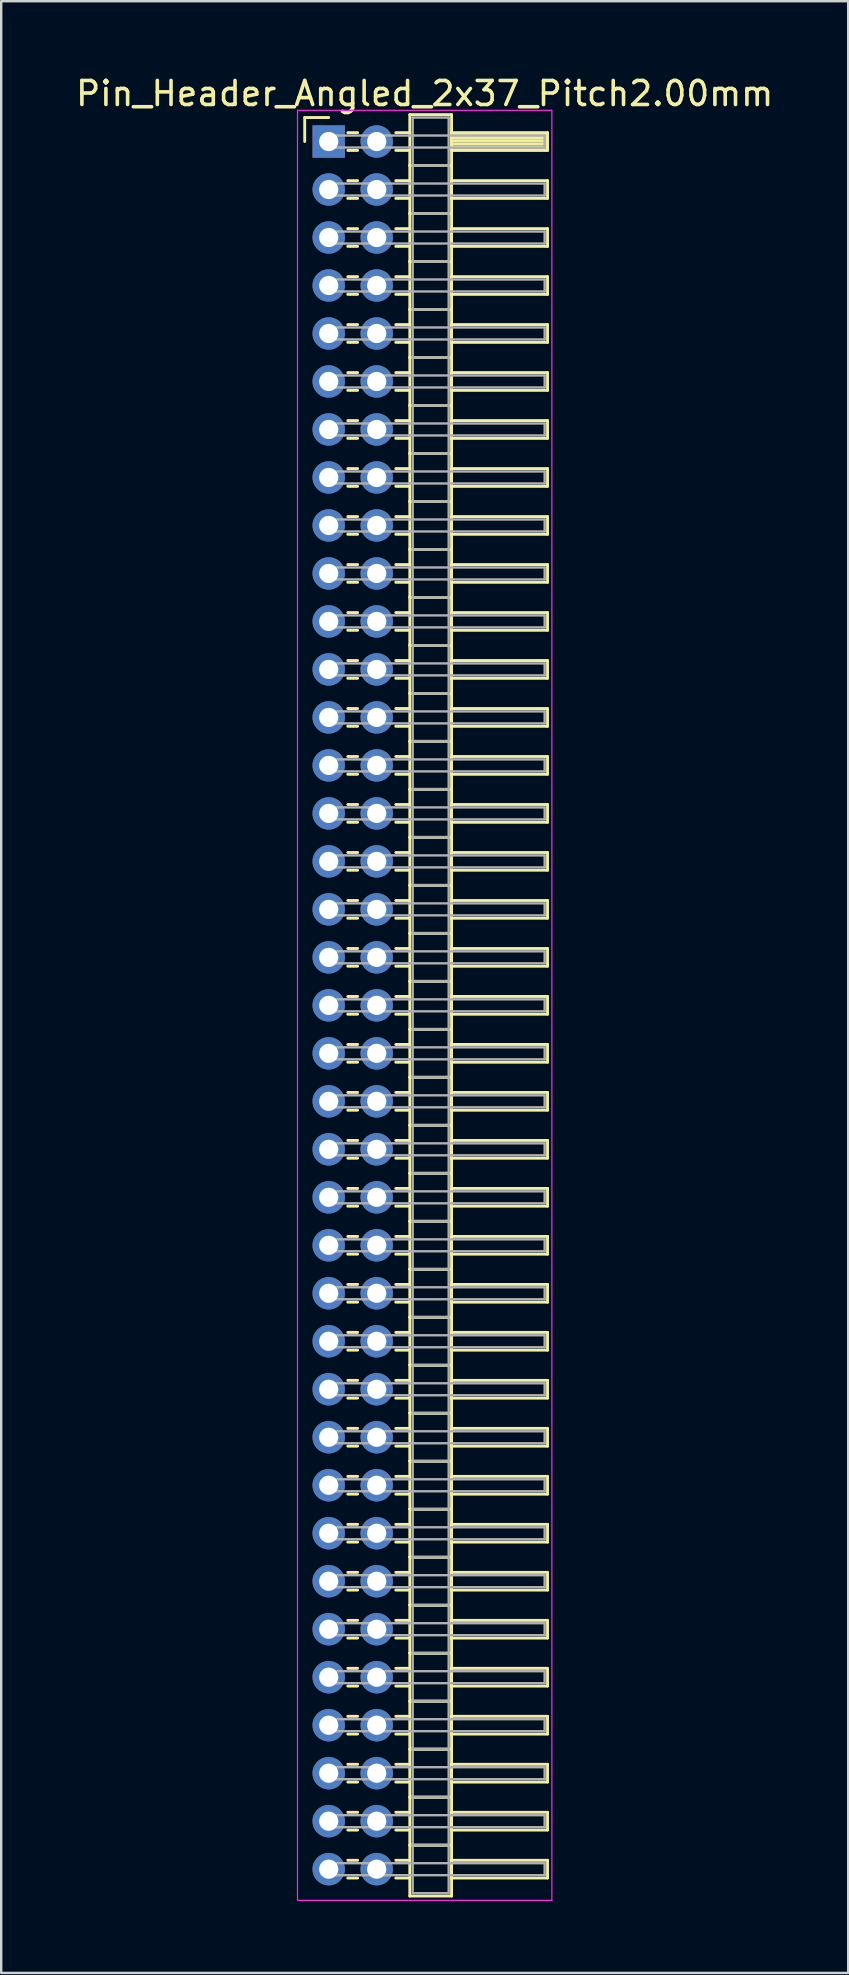
<source format=kicad_pcb>
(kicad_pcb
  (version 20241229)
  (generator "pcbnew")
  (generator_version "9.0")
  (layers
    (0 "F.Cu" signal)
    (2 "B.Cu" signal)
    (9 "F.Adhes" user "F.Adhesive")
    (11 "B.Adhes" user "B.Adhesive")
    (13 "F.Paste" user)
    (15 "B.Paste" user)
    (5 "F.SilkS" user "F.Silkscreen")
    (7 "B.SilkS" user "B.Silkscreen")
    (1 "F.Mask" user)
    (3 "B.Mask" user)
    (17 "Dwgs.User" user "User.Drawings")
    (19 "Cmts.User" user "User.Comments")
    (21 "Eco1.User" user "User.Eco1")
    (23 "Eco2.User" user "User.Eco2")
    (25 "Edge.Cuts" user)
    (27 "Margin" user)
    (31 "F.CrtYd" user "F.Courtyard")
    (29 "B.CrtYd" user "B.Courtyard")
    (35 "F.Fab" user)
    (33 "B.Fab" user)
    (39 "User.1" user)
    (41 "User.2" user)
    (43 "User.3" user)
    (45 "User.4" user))
  (footprint "Pin_Header_Angled_2x37_Pitch2.00mm"
    (layer "F.Cu")
    (at 10.649 2.848)
    (property "Reference" "Pin_Header_Angled_2x37_Pitch2.00mm" (at 4 -2 0) (layer "F.SilkS") (effects (font (size 1 1) (thickness 0.15))))
    (attr through_hole)
    (fp_line (start -1 -1) (end 0 -1) (stroke (width 0.12) (type solid)) (layer "F.SilkS"))
    (fp_line (start -1 0) (end -1 -1) (stroke (width 0.12) (type solid)) (layer "F.SilkS"))
    (fp_line (start 0.795 -0.37) (end 1.205 -0.37) (stroke (width 0.12) (type solid)) (layer "F.SilkS"))
    (fp_line (start 0.795 0.37) (end 1.205 0.37) (stroke (width 0.12) (type solid)) (layer "F.SilkS"))
    (fp_line (start 0.795 1.63) (end 1.205 1.63) (stroke (width 0.12) (type solid)) (layer "F.SilkS"))
    (fp_line (start 0.795 2.37) (end 1.205 2.37) (stroke (width 0.12) (type solid)) (layer "F.SilkS"))
    (fp_line (start 0.795 3.63) (end 1.205 3.63) (stroke (width 0.12) (type solid)) (layer "F.SilkS"))
    (fp_line (start 0.795 4.37) (end 1.205 4.37) (stroke (width 0.12) (type solid)) (layer "F.SilkS"))
    (fp_line (start 0.795 5.63) (end 1.205 5.63) (stroke (width 0.12) (type solid)) (layer "F.SilkS"))
    (fp_line (start 0.795 6.37) (end 1.205 6.37) (stroke (width 0.12) (type solid)) (layer "F.SilkS"))
    (fp_line (start 0.795 7.63) (end 1.205 7.63) (stroke (width 0.12) (type solid)) (layer "F.SilkS"))
    (fp_line (start 0.795 8.37) (end 1.205 8.37) (stroke (width 0.12) (type solid)) (layer "F.SilkS"))
    (fp_line (start 0.795 9.63) (end 1.205 9.63) (stroke (width 0.12) (type solid)) (layer "F.SilkS"))
    (fp_line (start 0.795 10.37) (end 1.205 10.37) (stroke (width 0.12) (type solid)) (layer "F.SilkS"))
    (fp_line (start 0.795 11.63) (end 1.205 11.63) (stroke (width 0.12) (type solid)) (layer "F.SilkS"))
    (fp_line (start 0.795 12.37) (end 1.205 12.37) (stroke (width 0.12) (type solid)) (layer "F.SilkS"))
    (fp_line (start 0.795 13.63) (end 1.205 13.63) (stroke (width 0.12) (type solid)) (layer "F.SilkS"))
    (fp_line (start 0.795 14.37) (end 1.205 14.37) (stroke (width 0.12) (type solid)) (layer "F.SilkS"))
    (fp_line (start 0.795 15.63) (end 1.205 15.63) (stroke (width 0.12) (type solid)) (layer "F.SilkS"))
    (fp_line (start 0.795 16.37) (end 1.205 16.37) (stroke (width 0.12) (type solid)) (layer "F.SilkS"))
    (fp_line (start 0.795 17.63) (end 1.205 17.63) (stroke (width 0.12) (type solid)) (layer "F.SilkS"))
    (fp_line (start 0.795 18.37) (end 1.205 18.37) (stroke (width 0.12) (type solid)) (layer "F.SilkS"))
    (fp_line (start 0.795 19.63) (end 1.205 19.63) (stroke (width 0.12) (type solid)) (layer "F.SilkS"))
    (fp_line (start 0.795 20.37) (end 1.205 20.37) (stroke (width 0.12) (type solid)) (layer "F.SilkS"))
    (fp_line (start 0.795 21.63) (end 1.205 21.63) (stroke (width 0.12) (type solid)) (layer "F.SilkS"))
    (fp_line (start 0.795 22.37) (end 1.205 22.37) (stroke (width 0.12) (type solid)) (layer "F.SilkS"))
    (fp_line (start 0.795 23.63) (end 1.205 23.63) (stroke (width 0.12) (type solid)) (layer "F.SilkS"))
    (fp_line (start 0.795 24.37) (end 1.205 24.37) (stroke (width 0.12) (type solid)) (layer "F.SilkS"))
    (fp_line (start 0.795 25.63) (end 1.205 25.63) (stroke (width 0.12) (type solid)) (layer "F.SilkS"))
    (fp_line (start 0.795 26.37) (end 1.205 26.37) (stroke (width 0.12) (type solid)) (layer "F.SilkS"))
    (fp_line (start 0.795 27.63) (end 1.205 27.63) (stroke (width 0.12) (type solid)) (layer "F.SilkS"))
    (fp_line (start 0.795 28.37) (end 1.205 28.37) (stroke (width 0.12) (type solid)) (layer "F.SilkS"))
    (fp_line (start 0.795 29.63) (end 1.205 29.63) (stroke (width 0.12) (type solid)) (layer "F.SilkS"))
    (fp_line (start 0.795 30.37) (end 1.205 30.37) (stroke (width 0.12) (type solid)) (layer "F.SilkS"))
    (fp_line (start 0.795 31.63) (end 1.205 31.63) (stroke (width 0.12) (type solid)) (layer "F.SilkS"))
    (fp_line (start 0.795 32.37) (end 1.205 32.37) (stroke (width 0.12) (type solid)) (layer "F.SilkS"))
    (fp_line (start 0.795 33.63) (end 1.205 33.63) (stroke (width 0.12) (type solid)) (layer "F.SilkS"))
    (fp_line (start 0.795 34.37) (end 1.205 34.37) (stroke (width 0.12) (type solid)) (layer "F.SilkS"))
    (fp_line (start 0.795 35.63) (end 1.205 35.63) (stroke (width 0.12) (type solid)) (layer "F.SilkS"))
    (fp_line (start 0.795 36.37) (end 1.205 36.37) (stroke (width 0.12) (type solid)) (layer "F.SilkS"))
    (fp_line (start 0.795 37.63) (end 1.205 37.63) (stroke (width 0.12) (type solid)) (layer "F.SilkS"))
    (fp_line (start 0.795 38.37) (end 1.205 38.37) (stroke (width 0.12) (type solid)) (layer "F.SilkS"))
    (fp_line (start 0.795 39.63) (end 1.205 39.63) (stroke (width 0.12) (type solid)) (layer "F.SilkS"))
    (fp_line (start 0.795 40.37) (end 1.205 40.37) (stroke (width 0.12) (type solid)) (layer "F.SilkS"))
    (fp_line (start 0.795 41.63) (end 1.205 41.63) (stroke (width 0.12) (type solid)) (layer "F.SilkS"))
    (fp_line (start 0.795 42.37) (end 1.205 42.37) (stroke (width 0.12) (type solid)) (layer "F.SilkS"))
    (fp_line (start 0.795 43.63) (end 1.205 43.63) (stroke (width 0.12) (type solid)) (layer "F.SilkS"))
    (fp_line (start 0.795 44.37) (end 1.205 44.37) (stroke (width 0.12) (type solid)) (layer "F.SilkS"))
    (fp_line (start 0.795 45.63) (end 1.205 45.63) (stroke (width 0.12) (type solid)) (layer "F.SilkS"))
    (fp_line (start 0.795 46.37) (end 1.205 46.37) (stroke (width 0.12) (type solid)) (layer "F.SilkS"))
    (fp_line (start 0.795 47.63) (end 1.205 47.63) (stroke (width 0.12) (type solid)) (layer "F.SilkS"))
    (fp_line (start 0.795 48.37) (end 1.205 48.37) (stroke (width 0.12) (type solid)) (layer "F.SilkS"))
    (fp_line (start 0.795 49.63) (end 1.205 49.63) (stroke (width 0.12) (type solid)) (layer "F.SilkS"))
    (fp_line (start 0.795 50.37) (end 1.205 50.37) (stroke (width 0.12) (type solid)) (layer "F.SilkS"))
    (fp_line (start 0.795 51.63) (end 1.205 51.63) (stroke (width 0.12) (type solid)) (layer "F.SilkS"))
    (fp_line (start 0.795 52.37) (end 1.205 52.37) (stroke (width 0.12) (type solid)) (layer "F.SilkS"))
    (fp_line (start 0.795 53.63) (end 1.205 53.63) (stroke (width 0.12) (type solid)) (layer "F.SilkS"))
    (fp_line (start 0.795 54.37) (end 1.205 54.37) (stroke (width 0.12) (type solid)) (layer "F.SilkS"))
    (fp_line (start 0.795 55.63) (end 1.205 55.63) (stroke (width 0.12) (type solid)) (layer "F.SilkS"))
    (fp_line (start 0.795 56.37) (end 1.205 56.37) (stroke (width 0.12) (type solid)) (layer "F.SilkS"))
    (fp_line (start 0.795 57.63) (end 1.205 57.63) (stroke (width 0.12) (type solid)) (layer "F.SilkS"))
    (fp_line (start 0.795 58.37) (end 1.205 58.37) (stroke (width 0.12) (type solid)) (layer "F.SilkS"))
    (fp_line (start 0.795 59.63) (end 1.205 59.63) (stroke (width 0.12) (type solid)) (layer "F.SilkS"))
    (fp_line (start 0.795 60.37) (end 1.205 60.37) (stroke (width 0.12) (type solid)) (layer "F.SilkS"))
    (fp_line (start 0.795 61.63) (end 1.205 61.63) (stroke (width 0.12) (type solid)) (layer "F.SilkS"))
    (fp_line (start 0.795 62.37) (end 1.205 62.37) (stroke (width 0.12) (type solid)) (layer "F.SilkS"))
    (fp_line (start 0.795 63.63) (end 1.205 63.63) (stroke (width 0.12) (type solid)) (layer "F.SilkS"))
    (fp_line (start 0.795 64.37) (end 1.205 64.37) (stroke (width 0.12) (type solid)) (layer "F.SilkS"))
    (fp_line (start 0.795 65.63) (end 1.205 65.63) (stroke (width 0.12) (type solid)) (layer "F.SilkS"))
    (fp_line (start 0.795 66.37) (end 1.205 66.37) (stroke (width 0.12) (type solid)) (layer "F.SilkS"))
    (fp_line (start 0.795 67.63) (end 1.205 67.63) (stroke (width 0.12) (type solid)) (layer "F.SilkS"))
    (fp_line (start 0.795 68.37) (end 1.205 68.37) (stroke (width 0.12) (type solid)) (layer "F.SilkS"))
    (fp_line (start 0.795 69.63) (end 1.205 69.63) (stroke (width 0.12) (type solid)) (layer "F.SilkS"))
    (fp_line (start 0.795 70.37) (end 1.205 70.37) (stroke (width 0.12) (type solid)) (layer "F.SilkS"))
    (fp_line (start 0.795 71.63) (end 1.205 71.63) (stroke (width 0.12) (type solid)) (layer "F.SilkS"))
    (fp_line (start 0.795 72.37) (end 1.205 72.37) (stroke (width 0.12) (type solid)) (layer "F.SilkS"))
    (fp_line (start 2.795 -0.37) (end 3.38 -0.37) (stroke (width 0.12) (type solid)) (layer "F.SilkS"))
    (fp_line (start 2.795 0.37) (end 3.38 0.37) (stroke (width 0.12) (type solid)) (layer "F.SilkS"))
    (fp_line (start 2.795 1.63) (end 3.38 1.63) (stroke (width 0.12) (type solid)) (layer "F.SilkS"))
    (fp_line (start 2.795 2.37) (end 3.38 2.37) (stroke (width 0.12) (type solid)) (layer "F.SilkS"))
    (fp_line (start 2.795 3.63) (end 3.38 3.63) (stroke (width 0.12) (type solid)) (layer "F.SilkS"))
    (fp_line (start 2.795 4.37) (end 3.38 4.37) (stroke (width 0.12) (type solid)) (layer "F.SilkS"))
    (fp_line (start 2.795 5.63) (end 3.38 5.63) (stroke (width 0.12) (type solid)) (layer "F.SilkS"))
    (fp_line (start 2.795 6.37) (end 3.38 6.37) (stroke (width 0.12) (type solid)) (layer "F.SilkS"))
    (fp_line (start 2.795 7.63) (end 3.38 7.63) (stroke (width 0.12) (type solid)) (layer "F.SilkS"))
    (fp_line (start 2.795 8.37) (end 3.38 8.37) (stroke (width 0.12) (type solid)) (layer "F.SilkS"))
    (fp_line (start 2.795 9.63) (end 3.38 9.63) (stroke (width 0.12) (type solid)) (layer "F.SilkS"))
    (fp_line (start 2.795 10.37) (end 3.38 10.37) (stroke (width 0.12) (type solid)) (layer "F.SilkS"))
    (fp_line (start 2.795 11.63) (end 3.38 11.63) (stroke (width 0.12) (type solid)) (layer "F.SilkS"))
    (fp_line (start 2.795 12.37) (end 3.38 12.37) (stroke (width 0.12) (type solid)) (layer "F.SilkS"))
    (fp_line (start 2.795 13.63) (end 3.38 13.63) (stroke (width 0.12) (type solid)) (layer "F.SilkS"))
    (fp_line (start 2.795 14.37) (end 3.38 14.37) (stroke (width 0.12) (type solid)) (layer "F.SilkS"))
    (fp_line (start 2.795 15.63) (end 3.38 15.63) (stroke (width 0.12) (type solid)) (layer "F.SilkS"))
    (fp_line (start 2.795 16.37) (end 3.38 16.37) (stroke (width 0.12) (type solid)) (layer "F.SilkS"))
    (fp_line (start 2.795 17.63) (end 3.38 17.63) (stroke (width 0.12) (type solid)) (layer "F.SilkS"))
    (fp_line (start 2.795 18.37) (end 3.38 18.37) (stroke (width 0.12) (type solid)) (layer "F.SilkS"))
    (fp_line (start 2.795 19.63) (end 3.38 19.63) (stroke (width 0.12) (type solid)) (layer "F.SilkS"))
    (fp_line (start 2.795 20.37) (end 3.38 20.37) (stroke (width 0.12) (type solid)) (layer "F.SilkS"))
    (fp_line (start 2.795 21.63) (end 3.38 21.63) (stroke (width 0.12) (type solid)) (layer "F.SilkS"))
    (fp_line (start 2.795 22.37) (end 3.38 22.37) (stroke (width 0.12) (type solid)) (layer "F.SilkS"))
    (fp_line (start 2.795 23.63) (end 3.38 23.63) (stroke (width 0.12) (type solid)) (layer "F.SilkS"))
    (fp_line (start 2.795 24.37) (end 3.38 24.37) (stroke (width 0.12) (type solid)) (layer "F.SilkS"))
    (fp_line (start 2.795 25.63) (end 3.38 25.63) (stroke (width 0.12) (type solid)) (layer "F.SilkS"))
    (fp_line (start 2.795 26.37) (end 3.38 26.37) (stroke (width 0.12) (type solid)) (layer "F.SilkS"))
    (fp_line (start 2.795 27.63) (end 3.38 27.63) (stroke (width 0.12) (type solid)) (layer "F.SilkS"))
    (fp_line (start 2.795 28.37) (end 3.38 28.37) (stroke (width 0.12) (type solid)) (layer "F.SilkS"))
    (fp_line (start 2.795 29.63) (end 3.38 29.63) (stroke (width 0.12) (type solid)) (layer "F.SilkS"))
    (fp_line (start 2.795 30.37) (end 3.38 30.37) (stroke (width 0.12) (type solid)) (layer "F.SilkS"))
    (fp_line (start 2.795 31.63) (end 3.38 31.63) (stroke (width 0.12) (type solid)) (layer "F.SilkS"))
    (fp_line (start 2.795 32.37) (end 3.38 32.37) (stroke (width 0.12) (type solid)) (layer "F.SilkS"))
    (fp_line (start 2.795 33.63) (end 3.38 33.63) (stroke (width 0.12) (type solid)) (layer "F.SilkS"))
    (fp_line (start 2.795 34.37) (end 3.38 34.37) (stroke (width 0.12) (type solid)) (layer "F.SilkS"))
    (fp_line (start 2.795 35.63) (end 3.38 35.63) (stroke (width 0.12) (type solid)) (layer "F.SilkS"))
    (fp_line (start 2.795 36.37) (end 3.38 36.37) (stroke (width 0.12) (type solid)) (layer "F.SilkS"))
    (fp_line (start 2.795 37.63) (end 3.38 37.63) (stroke (width 0.12) (type solid)) (layer "F.SilkS"))
    (fp_line (start 2.795 38.37) (end 3.38 38.37) (stroke (width 0.12) (type solid)) (layer "F.SilkS"))
    (fp_line (start 2.795 39.63) (end 3.38 39.63) (stroke (width 0.12) (type solid)) (layer "F.SilkS"))
    (fp_line (start 2.795 40.37) (end 3.38 40.37) (stroke (width 0.12) (type solid)) (layer "F.SilkS"))
    (fp_line (start 2.795 41.63) (end 3.38 41.63) (stroke (width 0.12) (type solid)) (layer "F.SilkS"))
    (fp_line (start 2.795 42.37) (end 3.38 42.37) (stroke (width 0.12) (type solid)) (layer "F.SilkS"))
    (fp_line (start 2.795 43.63) (end 3.38 43.63) (stroke (width 0.12) (type solid)) (layer "F.SilkS"))
    (fp_line (start 2.795 44.37) (end 3.38 44.37) (stroke (width 0.12) (type solid)) (layer "F.SilkS"))
    (fp_line (start 2.795 45.63) (end 3.38 45.63) (stroke (width 0.12) (type solid)) (layer "F.SilkS"))
    (fp_line (start 2.795 46.37) (end 3.38 46.37) (stroke (width 0.12) (type solid)) (layer "F.SilkS"))
    (fp_line (start 2.795 47.63) (end 3.38 47.63) (stroke (width 0.12) (type solid)) (layer "F.SilkS"))
    (fp_line (start 2.795 48.37) (end 3.38 48.37) (stroke (width 0.12) (type solid)) (layer "F.SilkS"))
    (fp_line (start 2.795 49.63) (end 3.38 49.63) (stroke (width 0.12) (type solid)) (layer "F.SilkS"))
    (fp_line (start 2.795 50.37) (end 3.38 50.37) (stroke (width 0.12) (type solid)) (layer "F.SilkS"))
    (fp_line (start 2.795 51.63) (end 3.38 51.63) (stroke (width 0.12) (type solid)) (layer "F.SilkS"))
    (fp_line (start 2.795 52.37) (end 3.38 52.37) (stroke (width 0.12) (type solid)) (layer "F.SilkS"))
    (fp_line (start 2.795 53.63) (end 3.38 53.63) (stroke (width 0.12) (type solid)) (layer "F.SilkS"))
    (fp_line (start 2.795 54.37) (end 3.38 54.37) (stroke (width 0.12) (type solid)) (layer "F.SilkS"))
    (fp_line (start 2.795 55.63) (end 3.38 55.63) (stroke (width 0.12) (type solid)) (layer "F.SilkS"))
    (fp_line (start 2.795 56.37) (end 3.38 56.37) (stroke (width 0.12) (type solid)) (layer "F.SilkS"))
    (fp_line (start 2.795 57.63) (end 3.38 57.63) (stroke (width 0.12) (type solid)) (layer "F.SilkS"))
    (fp_line (start 2.795 58.37) (end 3.38 58.37) (stroke (width 0.12) (type solid)) (layer "F.SilkS"))
    (fp_line (start 2.795 59.63) (end 3.38 59.63) (stroke (width 0.12) (type solid)) (layer "F.SilkS"))
    (fp_line (start 2.795 60.37) (end 3.38 60.37) (stroke (width 0.12) (type solid)) (layer "F.SilkS"))
    (fp_line (start 2.795 61.63) (end 3.38 61.63) (stroke (width 0.12) (type solid)) (layer "F.SilkS"))
    (fp_line (start 2.795 62.37) (end 3.38 62.37) (stroke (width 0.12) (type solid)) (layer "F.SilkS"))
    (fp_line (start 2.795 63.63) (end 3.38 63.63) (stroke (width 0.12) (type solid)) (layer "F.SilkS"))
    (fp_line (start 2.795 64.37) (end 3.38 64.37) (stroke (width 0.12) (type solid)) (layer "F.SilkS"))
    (fp_line (start 2.795 65.63) (end 3.38 65.63) (stroke (width 0.12) (type solid)) (layer "F.SilkS"))
    (fp_line (start 2.795 66.37) (end 3.38 66.37) (stroke (width 0.12) (type solid)) (layer "F.SilkS"))
    (fp_line (start 2.795 67.63) (end 3.38 67.63) (stroke (width 0.12) (type solid)) (layer "F.SilkS"))
    (fp_line (start 2.795 68.37) (end 3.38 68.37) (stroke (width 0.12) (type solid)) (layer "F.SilkS"))
    (fp_line (start 2.795 69.63) (end 3.38 69.63) (stroke (width 0.12) (type solid)) (layer "F.SilkS"))
    (fp_line (start 2.795 70.37) (end 3.38 70.37) (stroke (width 0.12) (type solid)) (layer "F.SilkS"))
    (fp_line (start 2.795 71.63) (end 3.38 71.63) (stroke (width 0.12) (type solid)) (layer "F.SilkS"))
    (fp_line (start 2.795 72.37) (end 3.38 72.37) (stroke (width 0.12) (type solid)) (layer "F.SilkS"))
    (fp_line (start 3.38 -1.12) (end 3.38 1) (stroke (width 0.12) (type solid)) (layer "F.SilkS"))
    (fp_line (start 3.38 1) (end 3.38 3) (stroke (width 0.12) (type solid)) (layer "F.SilkS"))
    (fp_line (start 3.38 1) (end 5.12 1) (stroke (width 0.12) (type solid)) (layer "F.SilkS"))
    (fp_line (start 3.38 3) (end 3.38 5) (stroke (width 0.12) (type solid)) (layer "F.SilkS"))
    (fp_line (start 3.38 3) (end 5.12 3) (stroke (width 0.12) (type solid)) (layer "F.SilkS"))
    (fp_line (start 3.38 5) (end 3.38 7) (stroke (width 0.12) (type solid)) (layer "F.SilkS"))
    (fp_line (start 3.38 5) (end 5.12 5) (stroke (width 0.12) (type solid)) (layer "F.SilkS"))
    (fp_line (start 3.38 7) (end 3.38 9) (stroke (width 0.12) (type solid)) (layer "F.SilkS"))
    (fp_line (start 3.38 7) (end 5.12 7) (stroke (width 0.12) (type solid)) (layer "F.SilkS"))
    (fp_line (start 3.38 9) (end 3.38 11) (stroke (width 0.12) (type solid)) (layer "F.SilkS"))
    (fp_line (start 3.38 9) (end 5.12 9) (stroke (width 0.12) (type solid)) (layer "F.SilkS"))
    (fp_line (start 3.38 11) (end 3.38 13) (stroke (width 0.12) (type solid)) (layer "F.SilkS"))
    (fp_line (start 3.38 11) (end 5.12 11) (stroke (width 0.12) (type solid)) (layer "F.SilkS"))
    (fp_line (start 3.38 13) (end 3.38 15) (stroke (width 0.12) (type solid)) (layer "F.SilkS"))
    (fp_line (start 3.38 13) (end 5.12 13) (stroke (width 0.12) (type solid)) (layer "F.SilkS"))
    (fp_line (start 3.38 15) (end 3.38 17) (stroke (width 0.12) (type solid)) (layer "F.SilkS"))
    (fp_line (start 3.38 15) (end 5.12 15) (stroke (width 0.12) (type solid)) (layer "F.SilkS"))
    (fp_line (start 3.38 17) (end 3.38 19) (stroke (width 0.12) (type solid)) (layer "F.SilkS"))
    (fp_line (start 3.38 17) (end 5.12 17) (stroke (width 0.12) (type solid)) (layer "F.SilkS"))
    (fp_line (start 3.38 19) (end 3.38 21) (stroke (width 0.12) (type solid)) (layer "F.SilkS"))
    (fp_line (start 3.38 19) (end 5.12 19) (stroke (width 0.12) (type solid)) (layer "F.SilkS"))
    (fp_line (start 3.38 21) (end 3.38 23) (stroke (width 0.12) (type solid)) (layer "F.SilkS"))
    (fp_line (start 3.38 21) (end 5.12 21) (stroke (width 0.12) (type solid)) (layer "F.SilkS"))
    (fp_line (start 3.38 23) (end 3.38 25) (stroke (width 0.12) (type solid)) (layer "F.SilkS"))
    (fp_line (start 3.38 23) (end 5.12 23) (stroke (width 0.12) (type solid)) (layer "F.SilkS"))
    (fp_line (start 3.38 25) (end 3.38 27) (stroke (width 0.12) (type solid)) (layer "F.SilkS"))
    (fp_line (start 3.38 25) (end 5.12 25) (stroke (width 0.12) (type solid)) (layer "F.SilkS"))
    (fp_line (start 3.38 27) (end 3.38 29) (stroke (width 0.12) (type solid)) (layer "F.SilkS"))
    (fp_line (start 3.38 27) (end 5.12 27) (stroke (width 0.12) (type solid)) (layer "F.SilkS"))
    (fp_line (start 3.38 29) (end 3.38 31) (stroke (width 0.12) (type solid)) (layer "F.SilkS"))
    (fp_line (start 3.38 29) (end 5.12 29) (stroke (width 0.12) (type solid)) (layer "F.SilkS"))
    (fp_line (start 3.38 31) (end 3.38 33) (stroke (width 0.12) (type solid)) (layer "F.SilkS"))
    (fp_line (start 3.38 31) (end 5.12 31) (stroke (width 0.12) (type solid)) (layer "F.SilkS"))
    (fp_line (start 3.38 33) (end 3.38 35) (stroke (width 0.12) (type solid)) (layer "F.SilkS"))
    (fp_line (start 3.38 33) (end 5.12 33) (stroke (width 0.12) (type solid)) (layer "F.SilkS"))
    (fp_line (start 3.38 35) (end 3.38 37) (stroke (width 0.12) (type solid)) (layer "F.SilkS"))
    (fp_line (start 3.38 35) (end 5.12 35) (stroke (width 0.12) (type solid)) (layer "F.SilkS"))
    (fp_line (start 3.38 37) (end 3.38 39) (stroke (width 0.12) (type solid)) (layer "F.SilkS"))
    (fp_line (start 3.38 37) (end 5.12 37) (stroke (width 0.12) (type solid)) (layer "F.SilkS"))
    (fp_line (start 3.38 39) (end 3.38 41) (stroke (width 0.12) (type solid)) (layer "F.SilkS"))
    (fp_line (start 3.38 39) (end 5.12 39) (stroke (width 0.12) (type solid)) (layer "F.SilkS"))
    (fp_line (start 3.38 41) (end 3.38 43) (stroke (width 0.12) (type solid)) (layer "F.SilkS"))
    (fp_line (start 3.38 41) (end 5.12 41) (stroke (width 0.12) (type solid)) (layer "F.SilkS"))
    (fp_line (start 3.38 43) (end 3.38 45) (stroke (width 0.12) (type solid)) (layer "F.SilkS"))
    (fp_line (start 3.38 43) (end 5.12 43) (stroke (width 0.12) (type solid)) (layer "F.SilkS"))
    (fp_line (start 3.38 45) (end 3.38 47) (stroke (width 0.12) (type solid)) (layer "F.SilkS"))
    (fp_line (start 3.38 45) (end 5.12 45) (stroke (width 0.12) (type solid)) (layer "F.SilkS"))
    (fp_line (start 3.38 47) (end 3.38 49) (stroke (width 0.12) (type solid)) (layer "F.SilkS"))
    (fp_line (start 3.38 47) (end 5.12 47) (stroke (width 0.12) (type solid)) (layer "F.SilkS"))
    (fp_line (start 3.38 49) (end 3.38 51) (stroke (width 0.12) (type solid)) (layer "F.SilkS"))
    (fp_line (start 3.38 49) (end 5.12 49) (stroke (width 0.12) (type solid)) (layer "F.SilkS"))
    (fp_line (start 3.38 51) (end 3.38 53) (stroke (width 0.12) (type solid)) (layer "F.SilkS"))
    (fp_line (start 3.38 51) (end 5.12 51) (stroke (width 0.12) (type solid)) (layer "F.SilkS"))
    (fp_line (start 3.38 53) (end 3.38 55) (stroke (width 0.12) (type solid)) (layer "F.SilkS"))
    (fp_line (start 3.38 53) (end 5.12 53) (stroke (width 0.12) (type solid)) (layer "F.SilkS"))
    (fp_line (start 3.38 55) (end 3.38 57) (stroke (width 0.12) (type solid)) (layer "F.SilkS"))
    (fp_line (start 3.38 55) (end 5.12 55) (stroke (width 0.12) (type solid)) (layer "F.SilkS"))
    (fp_line (start 3.38 57) (end 3.38 59) (stroke (width 0.12) (type solid)) (layer "F.SilkS"))
    (fp_line (start 3.38 57) (end 5.12 57) (stroke (width 0.12) (type solid)) (layer "F.SilkS"))
    (fp_line (start 3.38 59) (end 3.38 61) (stroke (width 0.12) (type solid)) (layer "F.SilkS"))
    (fp_line (start 3.38 59) (end 5.12 59) (stroke (width 0.12) (type solid)) (layer "F.SilkS"))
    (fp_line (start 3.38 61) (end 3.38 63) (stroke (width 0.12) (type solid)) (layer "F.SilkS"))
    (fp_line (start 3.38 61) (end 5.12 61) (stroke (width 0.12) (type solid)) (layer "F.SilkS"))
    (fp_line (start 3.38 63) (end 3.38 65) (stroke (width 0.12) (type solid)) (layer "F.SilkS"))
    (fp_line (start 3.38 63) (end 5.12 63) (stroke (width 0.12) (type solid)) (layer "F.SilkS"))
    (fp_line (start 3.38 65) (end 3.38 67) (stroke (width 0.12) (type solid)) (layer "F.SilkS"))
    (fp_line (start 3.38 65) (end 5.12 65) (stroke (width 0.12) (type solid)) (layer "F.SilkS"))
    (fp_line (start 3.38 67) (end 3.38 69) (stroke (width 0.12) (type solid)) (layer "F.SilkS"))
    (fp_line (start 3.38 67) (end 5.12 67) (stroke (width 0.12) (type solid)) (layer "F.SilkS"))
    (fp_line (start 3.38 69) (end 3.38 71) (stroke (width 0.12) (type solid)) (layer "F.SilkS"))
    (fp_line (start 3.38 69) (end 5.12 69) (stroke (width 0.12) (type solid)) (layer "F.SilkS"))
    (fp_line (start 3.38 71) (end 3.38 73.12) (stroke (width 0.12) (type solid)) (layer "F.SilkS"))
    (fp_line (start 3.38 71) (end 5.12 71) (stroke (width 0.12) (type solid)) (layer "F.SilkS"))
    (fp_line (start 3.38 73.12) (end 5.12 73.12) (stroke (width 0.12) (type solid)) (layer "F.SilkS"))
    (fp_line (start 5.12 -1.12) (end 3.38 -1.12) (stroke (width 0.12) (type solid)) (layer "F.SilkS"))
    (fp_line (start 5.12 -0.37) (end 5.12 0.37) (stroke (width 0.12) (type solid)) (layer "F.SilkS"))
    (fp_line (start 5.12 -0.25) (end 9.12 -0.25) (stroke (width 0.12) (type solid)) (layer "F.SilkS"))
    (fp_line (start 5.12 -0.13) (end 9.12 -0.13) (stroke (width 0.12) (type solid)) (layer "F.SilkS"))
    (fp_line (start 5.12 -0.01) (end 9.12 -0.01) (stroke (width 0.12) (type solid)) (layer "F.SilkS"))
    (fp_line (start 5.12 0.11) (end 9.12 0.11) (stroke (width 0.12) (type solid)) (layer "F.SilkS"))
    (fp_line (start 5.12 0.23) (end 9.12 0.23) (stroke (width 0.12) (type solid)) (layer "F.SilkS"))
    (fp_line (start 5.12 0.35) (end 9.12 0.35) (stroke (width 0.12) (type solid)) (layer "F.SilkS"))
    (fp_line (start 5.12 0.37) (end 9.12 0.37) (stroke (width 0.12) (type solid)) (layer "F.SilkS"))
    (fp_line (start 5.12 1) (end 3.38 1) (stroke (width 0.12) (type solid)) (layer "F.SilkS"))
    (fp_line (start 5.12 1) (end 5.12 -1.12) (stroke (width 0.12) (type solid)) (layer "F.SilkS"))
    (fp_line (start 5.12 1.63) (end 5.12 2.37) (stroke (width 0.12) (type solid)) (layer "F.SilkS"))
    (fp_line (start 5.12 2.37) (end 9.12 2.37) (stroke (width 0.12) (type solid)) (layer "F.SilkS"))
    (fp_line (start 5.12 3) (end 3.38 3) (stroke (width 0.12) (type solid)) (layer "F.SilkS"))
    (fp_line (start 5.12 3) (end 5.12 1) (stroke (width 0.12) (type solid)) (layer "F.SilkS"))
    (fp_line (start 5.12 3.63) (end 5.12 4.37) (stroke (width 0.12) (type solid)) (layer "F.SilkS"))
    (fp_line (start 5.12 4.37) (end 9.12 4.37) (stroke (width 0.12) (type solid)) (layer "F.SilkS"))
    (fp_line (start 5.12 5) (end 3.38 5) (stroke (width 0.12) (type solid)) (layer "F.SilkS"))
    (fp_line (start 5.12 5) (end 5.12 3) (stroke (width 0.12) (type solid)) (layer "F.SilkS"))
    (fp_line (start 5.12 5.63) (end 5.12 6.37) (stroke (width 0.12) (type solid)) (layer "F.SilkS"))
    (fp_line (start 5.12 6.37) (end 9.12 6.37) (stroke (width 0.12) (type solid)) (layer "F.SilkS"))
    (fp_line (start 5.12 7) (end 3.38 7) (stroke (width 0.12) (type solid)) (layer "F.SilkS"))
    (fp_line (start 5.12 7) (end 5.12 5) (stroke (width 0.12) (type solid)) (layer "F.SilkS"))
    (fp_line (start 5.12 7.63) (end 5.12 8.37) (stroke (width 0.12) (type solid)) (layer "F.SilkS"))
    (fp_line (start 5.12 8.37) (end 9.12 8.37) (stroke (width 0.12) (type solid)) (layer "F.SilkS"))
    (fp_line (start 5.12 9) (end 3.38 9) (stroke (width 0.12) (type solid)) (layer "F.SilkS"))
    (fp_line (start 5.12 9) (end 5.12 7) (stroke (width 0.12) (type solid)) (layer "F.SilkS"))
    (fp_line (start 5.12 9.63) (end 5.12 10.37) (stroke (width 0.12) (type solid)) (layer "F.SilkS"))
    (fp_line (start 5.12 10.37) (end 9.12 10.37) (stroke (width 0.12) (type solid)) (layer "F.SilkS"))
    (fp_line (start 5.12 11) (end 3.38 11) (stroke (width 0.12) (type solid)) (layer "F.SilkS"))
    (fp_line (start 5.12 11) (end 5.12 9) (stroke (width 0.12) (type solid)) (layer "F.SilkS"))
    (fp_line (start 5.12 11.63) (end 5.12 12.37) (stroke (width 0.12) (type solid)) (layer "F.SilkS"))
    (fp_line (start 5.12 12.37) (end 9.12 12.37) (stroke (width 0.12) (type solid)) (layer "F.SilkS"))
    (fp_line (start 5.12 13) (end 3.38 13) (stroke (width 0.12) (type solid)) (layer "F.SilkS"))
    (fp_line (start 5.12 13) (end 5.12 11) (stroke (width 0.12) (type solid)) (layer "F.SilkS"))
    (fp_line (start 5.12 13.63) (end 5.12 14.37) (stroke (width 0.12) (type solid)) (layer "F.SilkS"))
    (fp_line (start 5.12 14.37) (end 9.12 14.37) (stroke (width 0.12) (type solid)) (layer "F.SilkS"))
    (fp_line (start 5.12 15) (end 3.38 15) (stroke (width 0.12) (type solid)) (layer "F.SilkS"))
    (fp_line (start 5.12 15) (end 5.12 13) (stroke (width 0.12) (type solid)) (layer "F.SilkS"))
    (fp_line (start 5.12 15.63) (end 5.12 16.37) (stroke (width 0.12) (type solid)) (layer "F.SilkS"))
    (fp_line (start 5.12 16.37) (end 9.12 16.37) (stroke (width 0.12) (type solid)) (layer "F.SilkS"))
    (fp_line (start 5.12 17) (end 3.38 17) (stroke (width 0.12) (type solid)) (layer "F.SilkS"))
    (fp_line (start 5.12 17) (end 5.12 15) (stroke (width 0.12) (type solid)) (layer "F.SilkS"))
    (fp_line (start 5.12 17.63) (end 5.12 18.37) (stroke (width 0.12) (type solid)) (layer "F.SilkS"))
    (fp_line (start 5.12 18.37) (end 9.12 18.37) (stroke (width 0.12) (type solid)) (layer "F.SilkS"))
    (fp_line (start 5.12 19) (end 3.38 19) (stroke (width 0.12) (type solid)) (layer "F.SilkS"))
    (fp_line (start 5.12 19) (end 5.12 17) (stroke (width 0.12) (type solid)) (layer "F.SilkS"))
    (fp_line (start 5.12 19.63) (end 5.12 20.37) (stroke (width 0.12) (type solid)) (layer "F.SilkS"))
    (fp_line (start 5.12 20.37) (end 9.12 20.37) (stroke (width 0.12) (type solid)) (layer "F.SilkS"))
    (fp_line (start 5.12 21) (end 3.38 21) (stroke (width 0.12) (type solid)) (layer "F.SilkS"))
    (fp_line (start 5.12 21) (end 5.12 19) (stroke (width 0.12) (type solid)) (layer "F.SilkS"))
    (fp_line (start 5.12 21.63) (end 5.12 22.37) (stroke (width 0.12) (type solid)) (layer "F.SilkS"))
    (fp_line (start 5.12 22.37) (end 9.12 22.37) (stroke (width 0.12) (type solid)) (layer "F.SilkS"))
    (fp_line (start 5.12 23) (end 3.38 23) (stroke (width 0.12) (type solid)) (layer "F.SilkS"))
    (fp_line (start 5.12 23) (end 5.12 21) (stroke (width 0.12) (type solid)) (layer "F.SilkS"))
    (fp_line (start 5.12 23.63) (end 5.12 24.37) (stroke (width 0.12) (type solid)) (layer "F.SilkS"))
    (fp_line (start 5.12 24.37) (end 9.12 24.37) (stroke (width 0.12) (type solid)) (layer "F.SilkS"))
    (fp_line (start 5.12 25) (end 3.38 25) (stroke (width 0.12) (type solid)) (layer "F.SilkS"))
    (fp_line (start 5.12 25) (end 5.12 23) (stroke (width 0.12) (type solid)) (layer "F.SilkS"))
    (fp_line (start 5.12 25.63) (end 5.12 26.37) (stroke (width 0.12) (type solid)) (layer "F.SilkS"))
    (fp_line (start 5.12 26.37) (end 9.12 26.37) (stroke (width 0.12) (type solid)) (layer "F.SilkS"))
    (fp_line (start 5.12 27) (end 3.38 27) (stroke (width 0.12) (type solid)) (layer "F.SilkS"))
    (fp_line (start 5.12 27) (end 5.12 25) (stroke (width 0.12) (type solid)) (layer "F.SilkS"))
    (fp_line (start 5.12 27.63) (end 5.12 28.37) (stroke (width 0.12) (type solid)) (layer "F.SilkS"))
    (fp_line (start 5.12 28.37) (end 9.12 28.37) (stroke (width 0.12) (type solid)) (layer "F.SilkS"))
    (fp_line (start 5.12 29) (end 3.38 29) (stroke (width 0.12) (type solid)) (layer "F.SilkS"))
    (fp_line (start 5.12 29) (end 5.12 27) (stroke (width 0.12) (type solid)) (layer "F.SilkS"))
    (fp_line (start 5.12 29.63) (end 5.12 30.37) (stroke (width 0.12) (type solid)) (layer "F.SilkS"))
    (fp_line (start 5.12 30.37) (end 9.12 30.37) (stroke (width 0.12) (type solid)) (layer "F.SilkS"))
    (fp_line (start 5.12 31) (end 3.38 31) (stroke (width 0.12) (type solid)) (layer "F.SilkS"))
    (fp_line (start 5.12 31) (end 5.12 29) (stroke (width 0.12) (type solid)) (layer "F.SilkS"))
    (fp_line (start 5.12 31.63) (end 5.12 32.37) (stroke (width 0.12) (type solid)) (layer "F.SilkS"))
    (fp_line (start 5.12 32.37) (end 9.12 32.37) (stroke (width 0.12) (type solid)) (layer "F.SilkS"))
    (fp_line (start 5.12 33) (end 3.38 33) (stroke (width 0.12) (type solid)) (layer "F.SilkS"))
    (fp_line (start 5.12 33) (end 5.12 31) (stroke (width 0.12) (type solid)) (layer "F.SilkS"))
    (fp_line (start 5.12 33.63) (end 5.12 34.37) (stroke (width 0.12) (type solid)) (layer "F.SilkS"))
    (fp_line (start 5.12 34.37) (end 9.12 34.37) (stroke (width 0.12) (type solid)) (layer "F.SilkS"))
    (fp_line (start 5.12 35) (end 3.38 35) (stroke (width 0.12) (type solid)) (layer "F.SilkS"))
    (fp_line (start 5.12 35) (end 5.12 33) (stroke (width 0.12) (type solid)) (layer "F.SilkS"))
    (fp_line (start 5.12 35.63) (end 5.12 36.37) (stroke (width 0.12) (type solid)) (layer "F.SilkS"))
    (fp_line (start 5.12 36.37) (end 9.12 36.37) (stroke (width 0.12) (type solid)) (layer "F.SilkS"))
    (fp_line (start 5.12 37) (end 3.38 37) (stroke (width 0.12) (type solid)) (layer "F.SilkS"))
    (fp_line (start 5.12 37) (end 5.12 35) (stroke (width 0.12) (type solid)) (layer "F.SilkS"))
    (fp_line (start 5.12 37.63) (end 5.12 38.37) (stroke (width 0.12) (type solid)) (layer "F.SilkS"))
    (fp_line (start 5.12 38.37) (end 9.12 38.37) (stroke (width 0.12) (type solid)) (layer "F.SilkS"))
    (fp_line (start 5.12 39) (end 3.38 39) (stroke (width 0.12) (type solid)) (layer "F.SilkS"))
    (fp_line (start 5.12 39) (end 5.12 37) (stroke (width 0.12) (type solid)) (layer "F.SilkS"))
    (fp_line (start 5.12 39.63) (end 5.12 40.37) (stroke (width 0.12) (type solid)) (layer "F.SilkS"))
    (fp_line (start 5.12 40.37) (end 9.12 40.37) (stroke (width 0.12) (type solid)) (layer "F.SilkS"))
    (fp_line (start 5.12 41) (end 3.38 41) (stroke (width 0.12) (type solid)) (layer "F.SilkS"))
    (fp_line (start 5.12 41) (end 5.12 39) (stroke (width 0.12) (type solid)) (layer "F.SilkS"))
    (fp_line (start 5.12 41.63) (end 5.12 42.37) (stroke (width 0.12) (type solid)) (layer "F.SilkS"))
    (fp_line (start 5.12 42.37) (end 9.12 42.37) (stroke (width 0.12) (type solid)) (layer "F.SilkS"))
    (fp_line (start 5.12 43) (end 3.38 43) (stroke (width 0.12) (type solid)) (layer "F.SilkS"))
    (fp_line (start 5.12 43) (end 5.12 41) (stroke (width 0.12) (type solid)) (layer "F.SilkS"))
    (fp_line (start 5.12 43.63) (end 5.12 44.37) (stroke (width 0.12) (type solid)) (layer "F.SilkS"))
    (fp_line (start 5.12 44.37) (end 9.12 44.37) (stroke (width 0.12) (type solid)) (layer "F.SilkS"))
    (fp_line (start 5.12 45) (end 3.38 45) (stroke (width 0.12) (type solid)) (layer "F.SilkS"))
    (fp_line (start 5.12 45) (end 5.12 43) (stroke (width 0.12) (type solid)) (layer "F.SilkS"))
    (fp_line (start 5.12 45.63) (end 5.12 46.37) (stroke (width 0.12) (type solid)) (layer "F.SilkS"))
    (fp_line (start 5.12 46.37) (end 9.12 46.37) (stroke (width 0.12) (type solid)) (layer "F.SilkS"))
    (fp_line (start 5.12 47) (end 3.38 47) (stroke (width 0.12) (type solid)) (layer "F.SilkS"))
    (fp_line (start 5.12 47) (end 5.12 45) (stroke (width 0.12) (type solid)) (layer "F.SilkS"))
    (fp_line (start 5.12 47.63) (end 5.12 48.37) (stroke (width 0.12) (type solid)) (layer "F.SilkS"))
    (fp_line (start 5.12 48.37) (end 9.12 48.37) (stroke (width 0.12) (type solid)) (layer "F.SilkS"))
    (fp_line (start 5.12 49) (end 3.38 49) (stroke (width 0.12) (type solid)) (layer "F.SilkS"))
    (fp_line (start 5.12 49) (end 5.12 47) (stroke (width 0.12) (type solid)) (layer "F.SilkS"))
    (fp_line (start 5.12 49.63) (end 5.12 50.37) (stroke (width 0.12) (type solid)) (layer "F.SilkS"))
    (fp_line (start 5.12 50.37) (end 9.12 50.37) (stroke (width 0.12) (type solid)) (layer "F.SilkS"))
    (fp_line (start 5.12 51) (end 3.38 51) (stroke (width 0.12) (type solid)) (layer "F.SilkS"))
    (fp_line (start 5.12 51) (end 5.12 49) (stroke (width 0.12) (type solid)) (layer "F.SilkS"))
    (fp_line (start 5.12 51.63) (end 5.12 52.37) (stroke (width 0.12) (type solid)) (layer "F.SilkS"))
    (fp_line (start 5.12 52.37) (end 9.12 52.37) (stroke (width 0.12) (type solid)) (layer "F.SilkS"))
    (fp_line (start 5.12 53) (end 3.38 53) (stroke (width 0.12) (type solid)) (layer "F.SilkS"))
    (fp_line (start 5.12 53) (end 5.12 51) (stroke (width 0.12) (type solid)) (layer "F.SilkS"))
    (fp_line (start 5.12 53.63) (end 5.12 54.37) (stroke (width 0.12) (type solid)) (layer "F.SilkS"))
    (fp_line (start 5.12 54.37) (end 9.12 54.37) (stroke (width 0.12) (type solid)) (layer "F.SilkS"))
    (fp_line (start 5.12 55) (end 3.38 55) (stroke (width 0.12) (type solid)) (layer "F.SilkS"))
    (fp_line (start 5.12 55) (end 5.12 53) (stroke (width 0.12) (type solid)) (layer "F.SilkS"))
    (fp_line (start 5.12 55.63) (end 5.12 56.37) (stroke (width 0.12) (type solid)) (layer "F.SilkS"))
    (fp_line (start 5.12 56.37) (end 9.12 56.37) (stroke (width 0.12) (type solid)) (layer "F.SilkS"))
    (fp_line (start 5.12 57) (end 3.38 57) (stroke (width 0.12) (type solid)) (layer "F.SilkS"))
    (fp_line (start 5.12 57) (end 5.12 55) (stroke (width 0.12) (type solid)) (layer "F.SilkS"))
    (fp_line (start 5.12 57.63) (end 5.12 58.37) (stroke (width 0.12) (type solid)) (layer "F.SilkS"))
    (fp_line (start 5.12 58.37) (end 9.12 58.37) (stroke (width 0.12) (type solid)) (layer "F.SilkS"))
    (fp_line (start 5.12 59) (end 3.38 59) (stroke (width 0.12) (type solid)) (layer "F.SilkS"))
    (fp_line (start 5.12 59) (end 5.12 57) (stroke (width 0.12) (type solid)) (layer "F.SilkS"))
    (fp_line (start 5.12 59.63) (end 5.12 60.37) (stroke (width 0.12) (type solid)) (layer "F.SilkS"))
    (fp_line (start 5.12 60.37) (end 9.12 60.37) (stroke (width 0.12) (type solid)) (layer "F.SilkS"))
    (fp_line (start 5.12 61) (end 3.38 61) (stroke (width 0.12) (type solid)) (layer "F.SilkS"))
    (fp_line (start 5.12 61) (end 5.12 59) (stroke (width 0.12) (type solid)) (layer "F.SilkS"))
    (fp_line (start 5.12 61.63) (end 5.12 62.37) (stroke (width 0.12) (type solid)) (layer "F.SilkS"))
    (fp_line (start 5.12 62.37) (end 9.12 62.37) (stroke (width 0.12) (type solid)) (layer "F.SilkS"))
    (fp_line (start 5.12 63) (end 3.38 63) (stroke (width 0.12) (type solid)) (layer "F.SilkS"))
    (fp_line (start 5.12 63) (end 5.12 61) (stroke (width 0.12) (type solid)) (layer "F.SilkS"))
    (fp_line (start 5.12 63.63) (end 5.12 64.37) (stroke (width 0.12) (type solid)) (layer "F.SilkS"))
    (fp_line (start 5.12 64.37) (end 9.12 64.37) (stroke (width 0.12) (type solid)) (layer "F.SilkS"))
    (fp_line (start 5.12 65) (end 3.38 65) (stroke (width 0.12) (type solid)) (layer "F.SilkS"))
    (fp_line (start 5.12 65) (end 5.12 63) (stroke (width 0.12) (type solid)) (layer "F.SilkS"))
    (fp_line (start 5.12 65.63) (end 5.12 66.37) (stroke (width 0.12) (type solid)) (layer "F.SilkS"))
    (fp_line (start 5.12 66.37) (end 9.12 66.37) (stroke (width 0.12) (type solid)) (layer "F.SilkS"))
    (fp_line (start 5.12 67) (end 3.38 67) (stroke (width 0.12) (type solid)) (layer "F.SilkS"))
    (fp_line (start 5.12 67) (end 5.12 65) (stroke (width 0.12) (type solid)) (layer "F.SilkS"))
    (fp_line (start 5.12 67.63) (end 5.12 68.37) (stroke (width 0.12) (type solid)) (layer "F.SilkS"))
    (fp_line (start 5.12 68.37) (end 9.12 68.37) (stroke (width 0.12) (type solid)) (layer "F.SilkS"))
    (fp_line (start 5.12 69) (end 3.38 69) (stroke (width 0.12) (type solid)) (layer "F.SilkS"))
    (fp_line (start 5.12 69) (end 5.12 67) (stroke (width 0.12) (type solid)) (layer "F.SilkS"))
    (fp_line (start 5.12 69.63) (end 5.12 70.37) (stroke (width 0.12) (type solid)) (layer "F.SilkS"))
    (fp_line (start 5.12 70.37) (end 9.12 70.37) (stroke (width 0.12) (type solid)) (layer "F.SilkS"))
    (fp_line (start 5.12 71) (end 3.38 71) (stroke (width 0.12) (type solid)) (layer "F.SilkS"))
    (fp_line (start 5.12 71) (end 5.12 69) (stroke (width 0.12) (type solid)) (layer "F.SilkS"))
    (fp_line (start 5.12 71.63) (end 5.12 72.37) (stroke (width 0.12) (type solid)) (layer "F.SilkS"))
    (fp_line (start 5.12 72.37) (end 9.12 72.37) (stroke (width 0.12) (type solid)) (layer "F.SilkS"))
    (fp_line (start 5.12 73.12) (end 5.12 71) (stroke (width 0.12) (type solid)) (layer "F.SilkS"))
    (fp_line (start 9.12 -0.37) (end 5.12 -0.37) (stroke (width 0.12) (type solid)) (layer "F.SilkS"))
    (fp_line (start 9.12 0.37) (end 9.12 -0.37) (stroke (width 0.12) (type solid)) (layer "F.SilkS"))
    (fp_line (start 9.12 1.63) (end 5.12 1.63) (stroke (width 0.12) (type solid)) (layer "F.SilkS"))
    (fp_line (start 9.12 2.37) (end 9.12 1.63) (stroke (width 0.12) (type solid)) (layer "F.SilkS"))
    (fp_line (start 9.12 3.63) (end 5.12 3.63) (stroke (width 0.12) (type solid)) (layer "F.SilkS"))
    (fp_line (start 9.12 4.37) (end 9.12 3.63) (stroke (width 0.12) (type solid)) (layer "F.SilkS"))
    (fp_line (start 9.12 5.63) (end 5.12 5.63) (stroke (width 0.12) (type solid)) (layer "F.SilkS"))
    (fp_line (start 9.12 6.37) (end 9.12 5.63) (stroke (width 0.12) (type solid)) (layer "F.SilkS"))
    (fp_line (start 9.12 7.63) (end 5.12 7.63) (stroke (width 0.12) (type solid)) (layer "F.SilkS"))
    (fp_line (start 9.12 8.37) (end 9.12 7.63) (stroke (width 0.12) (type solid)) (layer "F.SilkS"))
    (fp_line (start 9.12 9.63) (end 5.12 9.63) (stroke (width 0.12) (type solid)) (layer "F.SilkS"))
    (fp_line (start 9.12 10.37) (end 9.12 9.63) (stroke (width 0.12) (type solid)) (layer "F.SilkS"))
    (fp_line (start 9.12 11.63) (end 5.12 11.63) (stroke (width 0.12) (type solid)) (layer "F.SilkS"))
    (fp_line (start 9.12 12.37) (end 9.12 11.63) (stroke (width 0.12) (type solid)) (layer "F.SilkS"))
    (fp_line (start 9.12 13.63) (end 5.12 13.63) (stroke (width 0.12) (type solid)) (layer "F.SilkS"))
    (fp_line (start 9.12 14.37) (end 9.12 13.63) (stroke (width 0.12) (type solid)) (layer "F.SilkS"))
    (fp_line (start 9.12 15.63) (end 5.12 15.63) (stroke (width 0.12) (type solid)) (layer "F.SilkS"))
    (fp_line (start 9.12 16.37) (end 9.12 15.63) (stroke (width 0.12) (type solid)) (layer "F.SilkS"))
    (fp_line (start 9.12 17.63) (end 5.12 17.63) (stroke (width 0.12) (type solid)) (layer "F.SilkS"))
    (fp_line (start 9.12 18.37) (end 9.12 17.63) (stroke (width 0.12) (type solid)) (layer "F.SilkS"))
    (fp_line (start 9.12 19.63) (end 5.12 19.63) (stroke (width 0.12) (type solid)) (layer "F.SilkS"))
    (fp_line (start 9.12 20.37) (end 9.12 19.63) (stroke (width 0.12) (type solid)) (layer "F.SilkS"))
    (fp_line (start 9.12 21.63) (end 5.12 21.63) (stroke (width 0.12) (type solid)) (layer "F.SilkS"))
    (fp_line (start 9.12 22.37) (end 9.12 21.63) (stroke (width 0.12) (type solid)) (layer "F.SilkS"))
    (fp_line (start 9.12 23.63) (end 5.12 23.63) (stroke (width 0.12) (type solid)) (layer "F.SilkS"))
    (fp_line (start 9.12 24.37) (end 9.12 23.63) (stroke (width 0.12) (type solid)) (layer "F.SilkS"))
    (fp_line (start 9.12 25.63) (end 5.12 25.63) (stroke (width 0.12) (type solid)) (layer "F.SilkS"))
    (fp_line (start 9.12 26.37) (end 9.12 25.63) (stroke (width 0.12) (type solid)) (layer "F.SilkS"))
    (fp_line (start 9.12 27.63) (end 5.12 27.63) (stroke (width 0.12) (type solid)) (layer "F.SilkS"))
    (fp_line (start 9.12 28.37) (end 9.12 27.63) (stroke (width 0.12) (type solid)) (layer "F.SilkS"))
    (fp_line (start 9.12 29.63) (end 5.12 29.63) (stroke (width 0.12) (type solid)) (layer "F.SilkS"))
    (fp_line (start 9.12 30.37) (end 9.12 29.63) (stroke (width 0.12) (type solid)) (layer "F.SilkS"))
    (fp_line (start 9.12 31.63) (end 5.12 31.63) (stroke (width 0.12) (type solid)) (layer "F.SilkS"))
    (fp_line (start 9.12 32.37) (end 9.12 31.63) (stroke (width 0.12) (type solid)) (layer "F.SilkS"))
    (fp_line (start 9.12 33.63) (end 5.12 33.63) (stroke (width 0.12) (type solid)) (layer "F.SilkS"))
    (fp_line (start 9.12 34.37) (end 9.12 33.63) (stroke (width 0.12) (type solid)) (layer "F.SilkS"))
    (fp_line (start 9.12 35.63) (end 5.12 35.63) (stroke (width 0.12) (type solid)) (layer "F.SilkS"))
    (fp_line (start 9.12 36.37) (end 9.12 35.63) (stroke (width 0.12) (type solid)) (layer "F.SilkS"))
    (fp_line (start 9.12 37.63) (end 5.12 37.63) (stroke (width 0.12) (type solid)) (layer "F.SilkS"))
    (fp_line (start 9.12 38.37) (end 9.12 37.63) (stroke (width 0.12) (type solid)) (layer "F.SilkS"))
    (fp_line (start 9.12 39.63) (end 5.12 39.63) (stroke (width 0.12) (type solid)) (layer "F.SilkS"))
    (fp_line (start 9.12 40.37) (end 9.12 39.63) (stroke (width 0.12) (type solid)) (layer "F.SilkS"))
    (fp_line (start 9.12 41.63) (end 5.12 41.63) (stroke (width 0.12) (type solid)) (layer "F.SilkS"))
    (fp_line (start 9.12 42.37) (end 9.12 41.63) (stroke (width 0.12) (type solid)) (layer "F.SilkS"))
    (fp_line (start 9.12 43.63) (end 5.12 43.63) (stroke (width 0.12) (type solid)) (layer "F.SilkS"))
    (fp_line (start 9.12 44.37) (end 9.12 43.63) (stroke (width 0.12) (type solid)) (layer "F.SilkS"))
    (fp_line (start 9.12 45.63) (end 5.12 45.63) (stroke (width 0.12) (type solid)) (layer "F.SilkS"))
    (fp_line (start 9.12 46.37) (end 9.12 45.63) (stroke (width 0.12) (type solid)) (layer "F.SilkS"))
    (fp_line (start 9.12 47.63) (end 5.12 47.63) (stroke (width 0.12) (type solid)) (layer "F.SilkS"))
    (fp_line (start 9.12 48.37) (end 9.12 47.63) (stroke (width 0.12) (type solid)) (layer "F.SilkS"))
    (fp_line (start 9.12 49.63) (end 5.12 49.63) (stroke (width 0.12) (type solid)) (layer "F.SilkS"))
    (fp_line (start 9.12 50.37) (end 9.12 49.63) (stroke (width 0.12) (type solid)) (layer "F.SilkS"))
    (fp_line (start 9.12 51.63) (end 5.12 51.63) (stroke (width 0.12) (type solid)) (layer "F.SilkS"))
    (fp_line (start 9.12 52.37) (end 9.12 51.63) (stroke (width 0.12) (type solid)) (layer "F.SilkS"))
    (fp_line (start 9.12 53.63) (end 5.12 53.63) (stroke (width 0.12) (type solid)) (layer "F.SilkS"))
    (fp_line (start 9.12 54.37) (end 9.12 53.63) (stroke (width 0.12) (type solid)) (layer "F.SilkS"))
    (fp_line (start 9.12 55.63) (end 5.12 55.63) (stroke (width 0.12) (type solid)) (layer "F.SilkS"))
    (fp_line (start 9.12 56.37) (end 9.12 55.63) (stroke (width 0.12) (type solid)) (layer "F.SilkS"))
    (fp_line (start 9.12 57.63) (end 5.12 57.63) (stroke (width 0.12) (type solid)) (layer "F.SilkS"))
    (fp_line (start 9.12 58.37) (end 9.12 57.63) (stroke (width 0.12) (type solid)) (layer "F.SilkS"))
    (fp_line (start 9.12 59.63) (end 5.12 59.63) (stroke (width 0.12) (type solid)) (layer "F.SilkS"))
    (fp_line (start 9.12 60.37) (end 9.12 59.63) (stroke (width 0.12) (type solid)) (layer "F.SilkS"))
    (fp_line (start 9.12 61.63) (end 5.12 61.63) (stroke (width 0.12) (type solid)) (layer "F.SilkS"))
    (fp_line (start 9.12 62.37) (end 9.12 61.63) (stroke (width 0.12) (type solid)) (layer "F.SilkS"))
    (fp_line (start 9.12 63.63) (end 5.12 63.63) (stroke (width 0.12) (type solid)) (layer "F.SilkS"))
    (fp_line (start 9.12 64.37) (end 9.12 63.63) (stroke (width 0.12) (type solid)) (layer "F.SilkS"))
    (fp_line (start 9.12 65.63) (end 5.12 65.63) (stroke (width 0.12) (type solid)) (layer "F.SilkS"))
    (fp_line (start 9.12 66.37) (end 9.12 65.63) (stroke (width 0.12) (type solid)) (layer "F.SilkS"))
    (fp_line (start 9.12 67.63) (end 5.12 67.63) (stroke (width 0.12) (type solid)) (layer "F.SilkS"))
    (fp_line (start 9.12 68.37) (end 9.12 67.63) (stroke (width 0.12) (type solid)) (layer "F.SilkS"))
    (fp_line (start 9.12 69.63) (end 5.12 69.63) (stroke (width 0.12) (type solid)) (layer "F.SilkS"))
    (fp_line (start 9.12 70.37) (end 9.12 69.63) (stroke (width 0.12) (type solid)) (layer "F.SilkS"))
    (fp_line (start 9.12 71.63) (end 5.12 71.63) (stroke (width 0.12) (type solid)) (layer "F.SilkS"))
    (fp_line (start 9.12 72.37) (end 9.12 71.63) (stroke (width 0.12) (type solid)) (layer "F.SilkS"))
    (fp_line (start -1.3 -1.3) (end -1.3 73.3) (stroke (width 0.05) (type solid)) (layer "F.CrtYd"))
    (fp_line (start -1.3 73.3) (end 9.3 73.3) (stroke (width 0.05) (type solid)) (layer "F.CrtYd"))
    (fp_line (start 9.3 -1.3) (end -1.3 -1.3) (stroke (width 0.05) (type solid)) (layer "F.CrtYd"))
    (fp_line (start 9.3 73.3) (end 9.3 -1.3) (stroke (width 0.05) (type solid)) (layer "F.CrtYd"))
    (fp_line (start 0 -0.25) (end 0 0.25) (stroke (width 0.1) (type solid)) (layer "F.Fab"))
    (fp_line (start 0 0.25) (end 9 0.25) (stroke (width 0.1) (type solid)) (layer "F.Fab"))
    (fp_line (start 0 1.75) (end 0 2.25) (stroke (width 0.1) (type solid)) (layer "F.Fab"))
    (fp_line (start 0 2.25) (end 9 2.25) (stroke (width 0.1) (type solid)) (layer "F.Fab"))
    (fp_line (start 0 3.75) (end 0 4.25) (stroke (width 0.1) (type solid)) (layer "F.Fab"))
    (fp_line (start 0 4.25) (end 9 4.25) (stroke (width 0.1) (type solid)) (layer "F.Fab"))
    (fp_line (start 0 5.75) (end 0 6.25) (stroke (width 0.1) (type solid)) (layer "F.Fab"))
    (fp_line (start 0 6.25) (end 9 6.25) (stroke (width 0.1) (type solid)) (layer "F.Fab"))
    (fp_line (start 0 7.75) (end 0 8.25) (stroke (width 0.1) (type solid)) (layer "F.Fab"))
    (fp_line (start 0 8.25) (end 9 8.25) (stroke (width 0.1) (type solid)) (layer "F.Fab"))
    (fp_line (start 0 9.75) (end 0 10.25) (stroke (width 0.1) (type solid)) (layer "F.Fab"))
    (fp_line (start 0 10.25) (end 9 10.25) (stroke (width 0.1) (type solid)) (layer "F.Fab"))
    (fp_line (start 0 11.75) (end 0 12.25) (stroke (width 0.1) (type solid)) (layer "F.Fab"))
    (fp_line (start 0 12.25) (end 9 12.25) (stroke (width 0.1) (type solid)) (layer "F.Fab"))
    (fp_line (start 0 13.75) (end 0 14.25) (stroke (width 0.1) (type solid)) (layer "F.Fab"))
    (fp_line (start 0 14.25) (end 9 14.25) (stroke (width 0.1) (type solid)) (layer "F.Fab"))
    (fp_line (start 0 15.75) (end 0 16.25) (stroke (width 0.1) (type solid)) (layer "F.Fab"))
    (fp_line (start 0 16.25) (end 9 16.25) (stroke (width 0.1) (type solid)) (layer "F.Fab"))
    (fp_line (start 0 17.75) (end 0 18.25) (stroke (width 0.1) (type solid)) (layer "F.Fab"))
    (fp_line (start 0 18.25) (end 9 18.25) (stroke (width 0.1) (type solid)) (layer "F.Fab"))
    (fp_line (start 0 19.75) (end 0 20.25) (stroke (width 0.1) (type solid)) (layer "F.Fab"))
    (fp_line (start 0 20.25) (end 9 20.25) (stroke (width 0.1) (type solid)) (layer "F.Fab"))
    (fp_line (start 0 21.75) (end 0 22.25) (stroke (width 0.1) (type solid)) (layer "F.Fab"))
    (fp_line (start 0 22.25) (end 9 22.25) (stroke (width 0.1) (type solid)) (layer "F.Fab"))
    (fp_line (start 0 23.75) (end 0 24.25) (stroke (width 0.1) (type solid)) (layer "F.Fab"))
    (fp_line (start 0 24.25) (end 9 24.25) (stroke (width 0.1) (type solid)) (layer "F.Fab"))
    (fp_line (start 0 25.75) (end 0 26.25) (stroke (width 0.1) (type solid)) (layer "F.Fab"))
    (fp_line (start 0 26.25) (end 9 26.25) (stroke (width 0.1) (type solid)) (layer "F.Fab"))
    (fp_line (start 0 27.75) (end 0 28.25) (stroke (width 0.1) (type solid)) (layer "F.Fab"))
    (fp_line (start 0 28.25) (end 9 28.25) (stroke (width 0.1) (type solid)) (layer "F.Fab"))
    (fp_line (start 0 29.75) (end 0 30.25) (stroke (width 0.1) (type solid)) (layer "F.Fab"))
    (fp_line (start 0 30.25) (end 9 30.25) (stroke (width 0.1) (type solid)) (layer "F.Fab"))
    (fp_line (start 0 31.75) (end 0 32.25) (stroke (width 0.1) (type solid)) (layer "F.Fab"))
    (fp_line (start 0 32.25) (end 9 32.25) (stroke (width 0.1) (type solid)) (layer "F.Fab"))
    (fp_line (start 0 33.75) (end 0 34.25) (stroke (width 0.1) (type solid)) (layer "F.Fab"))
    (fp_line (start 0 34.25) (end 9 34.25) (stroke (width 0.1) (type solid)) (layer "F.Fab"))
    (fp_line (start 0 35.75) (end 0 36.25) (stroke (width 0.1) (type solid)) (layer "F.Fab"))
    (fp_line (start 0 36.25) (end 9 36.25) (stroke (width 0.1) (type solid)) (layer "F.Fab"))
    (fp_line (start 0 37.75) (end 0 38.25) (stroke (width 0.1) (type solid)) (layer "F.Fab"))
    (fp_line (start 0 38.25) (end 9 38.25) (stroke (width 0.1) (type solid)) (layer "F.Fab"))
    (fp_line (start 0 39.75) (end 0 40.25) (stroke (width 0.1) (type solid)) (layer "F.Fab"))
    (fp_line (start 0 40.25) (end 9 40.25) (stroke (width 0.1) (type solid)) (layer "F.Fab"))
    (fp_line (start 0 41.75) (end 0 42.25) (stroke (width 0.1) (type solid)) (layer "F.Fab"))
    (fp_line (start 0 42.25) (end 9 42.25) (stroke (width 0.1) (type solid)) (layer "F.Fab"))
    (fp_line (start 0 43.75) (end 0 44.25) (stroke (width 0.1) (type solid)) (layer "F.Fab"))
    (fp_line (start 0 44.25) (end 9 44.25) (stroke (width 0.1) (type solid)) (layer "F.Fab"))
    (fp_line (start 0 45.75) (end 0 46.25) (stroke (width 0.1) (type solid)) (layer "F.Fab"))
    (fp_line (start 0 46.25) (end 9 46.25) (stroke (width 0.1) (type solid)) (layer "F.Fab"))
    (fp_line (start 0 47.75) (end 0 48.25) (stroke (width 0.1) (type solid)) (layer "F.Fab"))
    (fp_line (start 0 48.25) (end 9 48.25) (stroke (width 0.1) (type solid)) (layer "F.Fab"))
    (fp_line (start 0 49.75) (end 0 50.25) (stroke (width 0.1) (type solid)) (layer "F.Fab"))
    (fp_line (start 0 50.25) (end 9 50.25) (stroke (width 0.1) (type solid)) (layer "F.Fab"))
    (fp_line (start 0 51.75) (end 0 52.25) (stroke (width 0.1) (type solid)) (layer "F.Fab"))
    (fp_line (start 0 52.25) (end 9 52.25) (stroke (width 0.1) (type solid)) (layer "F.Fab"))
    (fp_line (start 0 53.75) (end 0 54.25) (stroke (width 0.1) (type solid)) (layer "F.Fab"))
    (fp_line (start 0 54.25) (end 9 54.25) (stroke (width 0.1) (type solid)) (layer "F.Fab"))
    (fp_line (start 0 55.75) (end 0 56.25) (stroke (width 0.1) (type solid)) (layer "F.Fab"))
    (fp_line (start 0 56.25) (end 9 56.25) (stroke (width 0.1) (type solid)) (layer "F.Fab"))
    (fp_line (start 0 57.75) (end 0 58.25) (stroke (width 0.1) (type solid)) (layer "F.Fab"))
    (fp_line (start 0 58.25) (end 9 58.25) (stroke (width 0.1) (type solid)) (layer "F.Fab"))
    (fp_line (start 0 59.75) (end 0 60.25) (stroke (width 0.1) (type solid)) (layer "F.Fab"))
    (fp_line (start 0 60.25) (end 9 60.25) (stroke (width 0.1) (type solid)) (layer "F.Fab"))
    (fp_line (start 0 61.75) (end 0 62.25) (stroke (width 0.1) (type solid)) (layer "F.Fab"))
    (fp_line (start 0 62.25) (end 9 62.25) (stroke (width 0.1) (type solid)) (layer "F.Fab"))
    (fp_line (start 0 63.75) (end 0 64.25) (stroke (width 0.1) (type solid)) (layer "F.Fab"))
    (fp_line (start 0 64.25) (end 9 64.25) (stroke (width 0.1) (type solid)) (layer "F.Fab"))
    (fp_line (start 0 65.75) (end 0 66.25) (stroke (width 0.1) (type solid)) (layer "F.Fab"))
    (fp_line (start 0 66.25) (end 9 66.25) (stroke (width 0.1) (type solid)) (layer "F.Fab"))
    (fp_line (start 0 67.75) (end 0 68.25) (stroke (width 0.1) (type solid)) (layer "F.Fab"))
    (fp_line (start 0 68.25) (end 9 68.25) (stroke (width 0.1) (type solid)) (layer "F.Fab"))
    (fp_line (start 0 69.75) (end 0 70.25) (stroke (width 0.1) (type solid)) (layer "F.Fab"))
    (fp_line (start 0 70.25) (end 9 70.25) (stroke (width 0.1) (type solid)) (layer "F.Fab"))
    (fp_line (start 0 71.75) (end 0 72.25) (stroke (width 0.1) (type solid)) (layer "F.Fab"))
    (fp_line (start 0 72.25) (end 9 72.25) (stroke (width 0.1) (type solid)) (layer "F.Fab"))
    (fp_line (start 3.5 -1) (end 3.5 1) (stroke (width 0.1) (type solid)) (layer "F.Fab"))
    (fp_line (start 3.5 1) (end 3.5 3) (stroke (width 0.1) (type solid)) (layer "F.Fab"))
    (fp_line (start 3.5 1) (end 5 1) (stroke (width 0.1) (type solid)) (layer "F.Fab"))
    (fp_line (start 3.5 3) (end 3.5 5) (stroke (width 0.1) (type solid)) (layer "F.Fab"))
    (fp_line (start 3.5 3) (end 5 3) (stroke (width 0.1) (type solid)) (layer "F.Fab"))
    (fp_line (start 3.5 5) (end 3.5 7) (stroke (width 0.1) (type solid)) (layer "F.Fab"))
    (fp_line (start 3.5 5) (end 5 5) (stroke (width 0.1) (type solid)) (layer "F.Fab"))
    (fp_line (start 3.5 7) (end 3.5 9) (stroke (width 0.1) (type solid)) (layer "F.Fab"))
    (fp_line (start 3.5 7) (end 5 7) (stroke (width 0.1) (type solid)) (layer "F.Fab"))
    (fp_line (start 3.5 9) (end 3.5 11) (stroke (width 0.1) (type solid)) (layer "F.Fab"))
    (fp_line (start 3.5 9) (end 5 9) (stroke (width 0.1) (type solid)) (layer "F.Fab"))
    (fp_line (start 3.5 11) (end 3.5 13) (stroke (width 0.1) (type solid)) (layer "F.Fab"))
    (fp_line (start 3.5 11) (end 5 11) (stroke (width 0.1) (type solid)) (layer "F.Fab"))
    (fp_line (start 3.5 13) (end 3.5 15) (stroke (width 0.1) (type solid)) (layer "F.Fab"))
    (fp_line (start 3.5 13) (end 5 13) (stroke (width 0.1) (type solid)) (layer "F.Fab"))
    (fp_line (start 3.5 15) (end 3.5 17) (stroke (width 0.1) (type solid)) (layer "F.Fab"))
    (fp_line (start 3.5 15) (end 5 15) (stroke (width 0.1) (type solid)) (layer "F.Fab"))
    (fp_line (start 3.5 17) (end 3.5 19) (stroke (width 0.1) (type solid)) (layer "F.Fab"))
    (fp_line (start 3.5 17) (end 5 17) (stroke (width 0.1) (type solid)) (layer "F.Fab"))
    (fp_line (start 3.5 19) (end 3.5 21) (stroke (width 0.1) (type solid)) (layer "F.Fab"))
    (fp_line (start 3.5 19) (end 5 19) (stroke (width 0.1) (type solid)) (layer "F.Fab"))
    (fp_line (start 3.5 21) (end 3.5 23) (stroke (width 0.1) (type solid)) (layer "F.Fab"))
    (fp_line (start 3.5 21) (end 5 21) (stroke (width 0.1) (type solid)) (layer "F.Fab"))
    (fp_line (start 3.5 23) (end 3.5 25) (stroke (width 0.1) (type solid)) (layer "F.Fab"))
    (fp_line (start 3.5 23) (end 5 23) (stroke (width 0.1) (type solid)) (layer "F.Fab"))
    (fp_line (start 3.5 25) (end 3.5 27) (stroke (width 0.1) (type solid)) (layer "F.Fab"))
    (fp_line (start 3.5 25) (end 5 25) (stroke (width 0.1) (type solid)) (layer "F.Fab"))
    (fp_line (start 3.5 27) (end 3.5 29) (stroke (width 0.1) (type solid)) (layer "F.Fab"))
    (fp_line (start 3.5 27) (end 5 27) (stroke (width 0.1) (type solid)) (layer "F.Fab"))
    (fp_line (start 3.5 29) (end 3.5 31) (stroke (width 0.1) (type solid)) (layer "F.Fab"))
    (fp_line (start 3.5 29) (end 5 29) (stroke (width 0.1) (type solid)) (layer "F.Fab"))
    (fp_line (start 3.5 31) (end 3.5 33) (stroke (width 0.1) (type solid)) (layer "F.Fab"))
    (fp_line (start 3.5 31) (end 5 31) (stroke (width 0.1) (type solid)) (layer "F.Fab"))
    (fp_line (start 3.5 33) (end 3.5 35) (stroke (width 0.1) (type solid)) (layer "F.Fab"))
    (fp_line (start 3.5 33) (end 5 33) (stroke (width 0.1) (type solid)) (layer "F.Fab"))
    (fp_line (start 3.5 35) (end 3.5 37) (stroke (width 0.1) (type solid)) (layer "F.Fab"))
    (fp_line (start 3.5 35) (end 5 35) (stroke (width 0.1) (type solid)) (layer "F.Fab"))
    (fp_line (start 3.5 37) (end 3.5 39) (stroke (width 0.1) (type solid)) (layer "F.Fab"))
    (fp_line (start 3.5 37) (end 5 37) (stroke (width 0.1) (type solid)) (layer "F.Fab"))
    (fp_line (start 3.5 39) (end 3.5 41) (stroke (width 0.1) (type solid)) (layer "F.Fab"))
    (fp_line (start 3.5 39) (end 5 39) (stroke (width 0.1) (type solid)) (layer "F.Fab"))
    (fp_line (start 3.5 41) (end 3.5 43) (stroke (width 0.1) (type solid)) (layer "F.Fab"))
    (fp_line (start 3.5 41) (end 5 41) (stroke (width 0.1) (type solid)) (layer "F.Fab"))
    (fp_line (start 3.5 43) (end 3.5 45) (stroke (width 0.1) (type solid)) (layer "F.Fab"))
    (fp_line (start 3.5 43) (end 5 43) (stroke (width 0.1) (type solid)) (layer "F.Fab"))
    (fp_line (start 3.5 45) (end 3.5 47) (stroke (width 0.1) (type solid)) (layer "F.Fab"))
    (fp_line (start 3.5 45) (end 5 45) (stroke (width 0.1) (type solid)) (layer "F.Fab"))
    (fp_line (start 3.5 47) (end 3.5 49) (stroke (width 0.1) (type solid)) (layer "F.Fab"))
    (fp_line (start 3.5 47) (end 5 47) (stroke (width 0.1) (type solid)) (layer "F.Fab"))
    (fp_line (start 3.5 49) (end 3.5 51) (stroke (width 0.1) (type solid)) (layer "F.Fab"))
    (fp_line (start 3.5 49) (end 5 49) (stroke (width 0.1) (type solid)) (layer "F.Fab"))
    (fp_line (start 3.5 51) (end 3.5 53) (stroke (width 0.1) (type solid)) (layer "F.Fab"))
    (fp_line (start 3.5 51) (end 5 51) (stroke (width 0.1) (type solid)) (layer "F.Fab"))
    (fp_line (start 3.5 53) (end 3.5 55) (stroke (width 0.1) (type solid)) (layer "F.Fab"))
    (fp_line (start 3.5 53) (end 5 53) (stroke (width 0.1) (type solid)) (layer "F.Fab"))
    (fp_line (start 3.5 55) (end 3.5 57) (stroke (width 0.1) (type solid)) (layer "F.Fab"))
    (fp_line (start 3.5 55) (end 5 55) (stroke (width 0.1) (type solid)) (layer "F.Fab"))
    (fp_line (start 3.5 57) (end 3.5 59) (stroke (width 0.1) (type solid)) (layer "F.Fab"))
    (fp_line (start 3.5 57) (end 5 57) (stroke (width 0.1) (type solid)) (layer "F.Fab"))
    (fp_line (start 3.5 59) (end 3.5 61) (stroke (width 0.1) (type solid)) (layer "F.Fab"))
    (fp_line (start 3.5 59) (end 5 59) (stroke (width 0.1) (type solid)) (layer "F.Fab"))
    (fp_line (start 3.5 61) (end 3.5 63) (stroke (width 0.1) (type solid)) (layer "F.Fab"))
    (fp_line (start 3.5 61) (end 5 61) (stroke (width 0.1) (type solid)) (layer "F.Fab"))
    (fp_line (start 3.5 63) (end 3.5 65) (stroke (width 0.1) (type solid)) (layer "F.Fab"))
    (fp_line (start 3.5 63) (end 5 63) (stroke (width 0.1) (type solid)) (layer "F.Fab"))
    (fp_line (start 3.5 65) (end 3.5 67) (stroke (width 0.1) (type solid)) (layer "F.Fab"))
    (fp_line (start 3.5 65) (end 5 65) (stroke (width 0.1) (type solid)) (layer "F.Fab"))
    (fp_line (start 3.5 67) (end 3.5 69) (stroke (width 0.1) (type solid)) (layer "F.Fab"))
    (fp_line (start 3.5 67) (end 5 67) (stroke (width 0.1) (type solid)) (layer "F.Fab"))
    (fp_line (start 3.5 69) (end 3.5 71) (stroke (width 0.1) (type solid)) (layer "F.Fab"))
    (fp_line (start 3.5 69) (end 5 69) (stroke (width 0.1) (type solid)) (layer "F.Fab"))
    (fp_line (start 3.5 71) (end 3.5 73) (stroke (width 0.1) (type solid)) (layer "F.Fab"))
    (fp_line (start 3.5 71) (end 5 71) (stroke (width 0.1) (type solid)) (layer "F.Fab"))
    (fp_line (start 3.5 73) (end 5 73) (stroke (width 0.1) (type solid)) (layer "F.Fab"))
    (fp_line (start 5 -1) (end 3.5 -1) (stroke (width 0.1) (type solid)) (layer "F.Fab"))
    (fp_line (start 5 1) (end 3.5 1) (stroke (width 0.1) (type solid)) (layer "F.Fab"))
    (fp_line (start 5 1) (end 5 -1) (stroke (width 0.1) (type solid)) (layer "F.Fab"))
    (fp_line (start 5 3) (end 3.5 3) (stroke (width 0.1) (type solid)) (layer "F.Fab"))
    (fp_line (start 5 3) (end 5 1) (stroke (width 0.1) (type solid)) (layer "F.Fab"))
    (fp_line (start 5 5) (end 3.5 5) (stroke (width 0.1) (type solid)) (layer "F.Fab"))
    (fp_line (start 5 5) (end 5 3) (stroke (width 0.1) (type solid)) (layer "F.Fab"))
    (fp_line (start 5 7) (end 3.5 7) (stroke (width 0.1) (type solid)) (layer "F.Fab"))
    (fp_line (start 5 7) (end 5 5) (stroke (width 0.1) (type solid)) (layer "F.Fab"))
    (fp_line (start 5 9) (end 3.5 9) (stroke (width 0.1) (type solid)) (layer "F.Fab"))
    (fp_line (start 5 9) (end 5 7) (stroke (width 0.1) (type solid)) (layer "F.Fab"))
    (fp_line (start 5 11) (end 3.5 11) (stroke (width 0.1) (type solid)) (layer "F.Fab"))
    (fp_line (start 5 11) (end 5 9) (stroke (width 0.1) (type solid)) (layer "F.Fab"))
    (fp_line (start 5 13) (end 3.5 13) (stroke (width 0.1) (type solid)) (layer "F.Fab"))
    (fp_line (start 5 13) (end 5 11) (stroke (width 0.1) (type solid)) (layer "F.Fab"))
    (fp_line (start 5 15) (end 3.5 15) (stroke (width 0.1) (type solid)) (layer "F.Fab"))
    (fp_line (start 5 15) (end 5 13) (stroke (width 0.1) (type solid)) (layer "F.Fab"))
    (fp_line (start 5 17) (end 3.5 17) (stroke (width 0.1) (type solid)) (layer "F.Fab"))
    (fp_line (start 5 17) (end 5 15) (stroke (width 0.1) (type solid)) (layer "F.Fab"))
    (fp_line (start 5 19) (end 3.5 19) (stroke (width 0.1) (type solid)) (layer "F.Fab"))
    (fp_line (start 5 19) (end 5 17) (stroke (width 0.1) (type solid)) (layer "F.Fab"))
    (fp_line (start 5 21) (end 3.5 21) (stroke (width 0.1) (type solid)) (layer "F.Fab"))
    (fp_line (start 5 21) (end 5 19) (stroke (width 0.1) (type solid)) (layer "F.Fab"))
    (fp_line (start 5 23) (end 3.5 23) (stroke (width 0.1) (type solid)) (layer "F.Fab"))
    (fp_line (start 5 23) (end 5 21) (stroke (width 0.1) (type solid)) (layer "F.Fab"))
    (fp_line (start 5 25) (end 3.5 25) (stroke (width 0.1) (type solid)) (layer "F.Fab"))
    (fp_line (start 5 25) (end 5 23) (stroke (width 0.1) (type solid)) (layer "F.Fab"))
    (fp_line (start 5 27) (end 3.5 27) (stroke (width 0.1) (type solid)) (layer "F.Fab"))
    (fp_line (start 5 27) (end 5 25) (stroke (width 0.1) (type solid)) (layer "F.Fab"))
    (fp_line (start 5 29) (end 3.5 29) (stroke (width 0.1) (type solid)) (layer "F.Fab"))
    (fp_line (start 5 29) (end 5 27) (stroke (width 0.1) (type solid)) (layer "F.Fab"))
    (fp_line (start 5 31) (end 3.5 31) (stroke (width 0.1) (type solid)) (layer "F.Fab"))
    (fp_line (start 5 31) (end 5 29) (stroke (width 0.1) (type solid)) (layer "F.Fab"))
    (fp_line (start 5 33) (end 3.5 33) (stroke (width 0.1) (type solid)) (layer "F.Fab"))
    (fp_line (start 5 33) (end 5 31) (stroke (width 0.1) (type solid)) (layer "F.Fab"))
    (fp_line (start 5 35) (end 3.5 35) (stroke (width 0.1) (type solid)) (layer "F.Fab"))
    (fp_line (start 5 35) (end 5 33) (stroke (width 0.1) (type solid)) (layer "F.Fab"))
    (fp_line (start 5 37) (end 3.5 37) (stroke (width 0.1) (type solid)) (layer "F.Fab"))
    (fp_line (start 5 37) (end 5 35) (stroke (width 0.1) (type solid)) (layer "F.Fab"))
    (fp_line (start 5 39) (end 3.5 39) (stroke (width 0.1) (type solid)) (layer "F.Fab"))
    (fp_line (start 5 39) (end 5 37) (stroke (width 0.1) (type solid)) (layer "F.Fab"))
    (fp_line (start 5 41) (end 3.5 41) (stroke (width 0.1) (type solid)) (layer "F.Fab"))
    (fp_line (start 5 41) (end 5 39) (stroke (width 0.1) (type solid)) (layer "F.Fab"))
    (fp_line (start 5 43) (end 3.5 43) (stroke (width 0.1) (type solid)) (layer "F.Fab"))
    (fp_line (start 5 43) (end 5 41) (stroke (width 0.1) (type solid)) (layer "F.Fab"))
    (fp_line (start 5 45) (end 3.5 45) (stroke (width 0.1) (type solid)) (layer "F.Fab"))
    (fp_line (start 5 45) (end 5 43) (stroke (width 0.1) (type solid)) (layer "F.Fab"))
    (fp_line (start 5 47) (end 3.5 47) (stroke (width 0.1) (type solid)) (layer "F.Fab"))
    (fp_line (start 5 47) (end 5 45) (stroke (width 0.1) (type solid)) (layer "F.Fab"))
    (fp_line (start 5 49) (end 3.5 49) (stroke (width 0.1) (type solid)) (layer "F.Fab"))
    (fp_line (start 5 49) (end 5 47) (stroke (width 0.1) (type solid)) (layer "F.Fab"))
    (fp_line (start 5 51) (end 3.5 51) (stroke (width 0.1) (type solid)) (layer "F.Fab"))
    (fp_line (start 5 51) (end 5 49) (stroke (width 0.1) (type solid)) (layer "F.Fab"))
    (fp_line (start 5 53) (end 3.5 53) (stroke (width 0.1) (type solid)) (layer "F.Fab"))
    (fp_line (start 5 53) (end 5 51) (stroke (width 0.1) (type solid)) (layer "F.Fab"))
    (fp_line (start 5 55) (end 3.5 55) (stroke (width 0.1) (type solid)) (layer "F.Fab"))
    (fp_line (start 5 55) (end 5 53) (stroke (width 0.1) (type solid)) (layer "F.Fab"))
    (fp_line (start 5 57) (end 3.5 57) (stroke (width 0.1) (type solid)) (layer "F.Fab"))
    (fp_line (start 5 57) (end 5 55) (stroke (width 0.1) (type solid)) (layer "F.Fab"))
    (fp_line (start 5 59) (end 3.5 59) (stroke (width 0.1) (type solid)) (layer "F.Fab"))
    (fp_line (start 5 59) (end 5 57) (stroke (width 0.1) (type solid)) (layer "F.Fab"))
    (fp_line (start 5 61) (end 3.5 61) (stroke (width 0.1) (type solid)) (layer "F.Fab"))
    (fp_line (start 5 61) (end 5 59) (stroke (width 0.1) (type solid)) (layer "F.Fab"))
    (fp_line (start 5 63) (end 3.5 63) (stroke (width 0.1) (type solid)) (layer "F.Fab"))
    (fp_line (start 5 63) (end 5 61) (stroke (width 0.1) (type solid)) (layer "F.Fab"))
    (fp_line (start 5 65) (end 3.5 65) (stroke (width 0.1) (type solid)) (layer "F.Fab"))
    (fp_line (start 5 65) (end 5 63) (stroke (width 0.1) (type solid)) (layer "F.Fab"))
    (fp_line (start 5 67) (end 3.5 67) (stroke (width 0.1) (type solid)) (layer "F.Fab"))
    (fp_line (start 5 67) (end 5 65) (stroke (width 0.1) (type solid)) (layer "F.Fab"))
    (fp_line (start 5 69) (end 3.5 69) (stroke (width 0.1) (type solid)) (layer "F.Fab"))
    (fp_line (start 5 69) (end 5 67) (stroke (width 0.1) (type solid)) (layer "F.Fab"))
    (fp_line (start 5 71) (end 3.5 71) (stroke (width 0.1) (type solid)) (layer "F.Fab"))
    (fp_line (start 5 71) (end 5 69) (stroke (width 0.1) (type solid)) (layer "F.Fab"))
    (fp_line (start 5 73) (end 5 71) (stroke (width 0.1) (type solid)) (layer "F.Fab"))
    (fp_line (start 9 -0.25) (end 0 -0.25) (stroke (width 0.1) (type solid)) (layer "F.Fab"))
    (fp_line (start 9 0.25) (end 9 -0.25) (stroke (width 0.1) (type solid)) (layer "F.Fab"))
    (fp_line (start 9 1.75) (end 0 1.75) (stroke (width 0.1) (type solid)) (layer "F.Fab"))
    (fp_line (start 9 2.25) (end 9 1.75) (stroke (width 0.1) (type solid)) (layer "F.Fab"))
    (fp_line (start 9 3.75) (end 0 3.75) (stroke (width 0.1) (type solid)) (layer "F.Fab"))
    (fp_line (start 9 4.25) (end 9 3.75) (stroke (width 0.1) (type solid)) (layer "F.Fab"))
    (fp_line (start 9 5.75) (end 0 5.75) (stroke (width 0.1) (type solid)) (layer "F.Fab"))
    (fp_line (start 9 6.25) (end 9 5.75) (stroke (width 0.1) (type solid)) (layer "F.Fab"))
    (fp_line (start 9 7.75) (end 0 7.75) (stroke (width 0.1) (type solid)) (layer "F.Fab"))
    (fp_line (start 9 8.25) (end 9 7.75) (stroke (width 0.1) (type solid)) (layer "F.Fab"))
    (fp_line (start 9 9.75) (end 0 9.75) (stroke (width 0.1) (type solid)) (layer "F.Fab"))
    (fp_line (start 9 10.25) (end 9 9.75) (stroke (width 0.1) (type solid)) (layer "F.Fab"))
    (fp_line (start 9 11.75) (end 0 11.75) (stroke (width 0.1) (type solid)) (layer "F.Fab"))
    (fp_line (start 9 12.25) (end 9 11.75) (stroke (width 0.1) (type solid)) (layer "F.Fab"))
    (fp_line (start 9 13.75) (end 0 13.75) (stroke (width 0.1) (type solid)) (layer "F.Fab"))
    (fp_line (start 9 14.25) (end 9 13.75) (stroke (width 0.1) (type solid)) (layer "F.Fab"))
    (fp_line (start 9 15.75) (end 0 15.75) (stroke (width 0.1) (type solid)) (layer "F.Fab"))
    (fp_line (start 9 16.25) (end 9 15.75) (stroke (width 0.1) (type solid)) (layer "F.Fab"))
    (fp_line (start 9 17.75) (end 0 17.75) (stroke (width 0.1) (type solid)) (layer "F.Fab"))
    (fp_line (start 9 18.25) (end 9 17.75) (stroke (width 0.1) (type solid)) (layer "F.Fab"))
    (fp_line (start 9 19.75) (end 0 19.75) (stroke (width 0.1) (type solid)) (layer "F.Fab"))
    (fp_line (start 9 20.25) (end 9 19.75) (stroke (width 0.1) (type solid)) (layer "F.Fab"))
    (fp_line (start 9 21.75) (end 0 21.75) (stroke (width 0.1) (type solid)) (layer "F.Fab"))
    (fp_line (start 9 22.25) (end 9 21.75) (stroke (width 0.1) (type solid)) (layer "F.Fab"))
    (fp_line (start 9 23.75) (end 0 23.75) (stroke (width 0.1) (type solid)) (layer "F.Fab"))
    (fp_line (start 9 24.25) (end 9 23.75) (stroke (width 0.1) (type solid)) (layer "F.Fab"))
    (fp_line (start 9 25.75) (end 0 25.75) (stroke (width 0.1) (type solid)) (layer "F.Fab"))
    (fp_line (start 9 26.25) (end 9 25.75) (stroke (width 0.1) (type solid)) (layer "F.Fab"))
    (fp_line (start 9 27.75) (end 0 27.75) (stroke (width 0.1) (type solid)) (layer "F.Fab"))
    (fp_line (start 9 28.25) (end 9 27.75) (stroke (width 0.1) (type solid)) (layer "F.Fab"))
    (fp_line (start 9 29.75) (end 0 29.75) (stroke (width 0.1) (type solid)) (layer "F.Fab"))
    (fp_line (start 9 30.25) (end 9 29.75) (stroke (width 0.1) (type solid)) (layer "F.Fab"))
    (fp_line (start 9 31.75) (end 0 31.75) (stroke (width 0.1) (type solid)) (layer "F.Fab"))
    (fp_line (start 9 32.25) (end 9 31.75) (stroke (width 0.1) (type solid)) (layer "F.Fab"))
    (fp_line (start 9 33.75) (end 0 33.75) (stroke (width 0.1) (type solid)) (layer "F.Fab"))
    (fp_line (start 9 34.25) (end 9 33.75) (stroke (width 0.1) (type solid)) (layer "F.Fab"))
    (fp_line (start 9 35.75) (end 0 35.75) (stroke (width 0.1) (type solid)) (layer "F.Fab"))
    (fp_line (start 9 36.25) (end 9 35.75) (stroke (width 0.1) (type solid)) (layer "F.Fab"))
    (fp_line (start 9 37.75) (end 0 37.75) (stroke (width 0.1) (type solid)) (layer "F.Fab"))
    (fp_line (start 9 38.25) (end 9 37.75) (stroke (width 0.1) (type solid)) (layer "F.Fab"))
    (fp_line (start 9 39.75) (end 0 39.75) (stroke (width 0.1) (type solid)) (layer "F.Fab"))
    (fp_line (start 9 40.25) (end 9 39.75) (stroke (width 0.1) (type solid)) (layer "F.Fab"))
    (fp_line (start 9 41.75) (end 0 41.75) (stroke (width 0.1) (type solid)) (layer "F.Fab"))
    (fp_line (start 9 42.25) (end 9 41.75) (stroke (width 0.1) (type solid)) (layer "F.Fab"))
    (fp_line (start 9 43.75) (end 0 43.75) (stroke (width 0.1) (type solid)) (layer "F.Fab"))
    (fp_line (start 9 44.25) (end 9 43.75) (stroke (width 0.1) (type solid)) (layer "F.Fab"))
    (fp_line (start 9 45.75) (end 0 45.75) (stroke (width 0.1) (type solid)) (layer "F.Fab"))
    (fp_line (start 9 46.25) (end 9 45.75) (stroke (width 0.1) (type solid)) (layer "F.Fab"))
    (fp_line (start 9 47.75) (end 0 47.75) (stroke (width 0.1) (type solid)) (layer "F.Fab"))
    (fp_line (start 9 48.25) (end 9 47.75) (stroke (width 0.1) (type solid)) (layer "F.Fab"))
    (fp_line (start 9 49.75) (end 0 49.75) (stroke (width 0.1) (type solid)) (layer "F.Fab"))
    (fp_line (start 9 50.25) (end 9 49.75) (stroke (width 0.1) (type solid)) (layer "F.Fab"))
    (fp_line (start 9 51.75) (end 0 51.75) (stroke (width 0.1) (type solid)) (layer "F.Fab"))
    (fp_line (start 9 52.25) (end 9 51.75) (stroke (width 0.1) (type solid)) (layer "F.Fab"))
    (fp_line (start 9 53.75) (end 0 53.75) (stroke (width 0.1) (type solid)) (layer "F.Fab"))
    (fp_line (start 9 54.25) (end 9 53.75) (stroke (width 0.1) (type solid)) (layer "F.Fab"))
    (fp_line (start 9 55.75) (end 0 55.75) (stroke (width 0.1) (type solid)) (layer "F.Fab"))
    (fp_line (start 9 56.25) (end 9 55.75) (stroke (width 0.1) (type solid)) (layer "F.Fab"))
    (fp_line (start 9 57.75) (end 0 57.75) (stroke (width 0.1) (type solid)) (layer "F.Fab"))
    (fp_line (start 9 58.25) (end 9 57.75) (stroke (width 0.1) (type solid)) (layer "F.Fab"))
    (fp_line (start 9 59.75) (end 0 59.75) (stroke (width 0.1) (type solid)) (layer "F.Fab"))
    (fp_line (start 9 60.25) (end 9 59.75) (stroke (width 0.1) (type solid)) (layer "F.Fab"))
    (fp_line (start 9 61.75) (end 0 61.75) (stroke (width 0.1) (type solid)) (layer "F.Fab"))
    (fp_line (start 9 62.25) (end 9 61.75) (stroke (width 0.1) (type solid)) (layer "F.Fab"))
    (fp_line (start 9 63.75) (end 0 63.75) (stroke (width 0.1) (type solid)) (layer "F.Fab"))
    (fp_line (start 9 64.25) (end 9 63.75) (stroke (width 0.1) (type solid)) (layer "F.Fab"))
    (fp_line (start 9 65.75) (end 0 65.75) (stroke (width 0.1) (type solid)) (layer "F.Fab"))
    (fp_line (start 9 66.25) (end 9 65.75) (stroke (width 0.1) (type solid)) (layer "F.Fab"))
    (fp_line (start 9 67.75) (end 0 67.75) (stroke (width 0.1) (type solid)) (layer "F.Fab"))
    (fp_line (start 9 68.25) (end 9 67.75) (stroke (width 0.1) (type solid)) (layer "F.Fab"))
    (fp_line (start 9 69.75) (end 0 69.75) (stroke (width 0.1) (type solid)) (layer "F.Fab"))
    (fp_line (start 9 70.25) (end 9 69.75) (stroke (width 0.1) (type solid)) (layer "F.Fab"))
    (fp_line (start 9 71.75) (end 0 71.75) (stroke (width 0.1) (type solid)) (layer "F.Fab"))
    (fp_line (start 9 72.25) (end 9 71.75) (stroke (width 0.1) (type solid)) (layer "F.Fab"))
    (pad "1" thru_hole rect (at 0 0) (size 1.35 1.35) (drill 0.8) (layers "*.Cu" "*.Mask"))
    (pad "2" thru_hole oval (at 2 0) (size 1.35 1.35) (drill 0.8) (layers "*.Cu" "*.Mask"))
    (pad "3" thru_hole oval (at 0 2) (size 1.35 1.35) (drill 0.8) (layers "*.Cu" "*.Mask"))
    (pad "4" thru_hole oval (at 2 2) (size 1.35 1.35) (drill 0.8) (layers "*.Cu" "*.Mask"))
    (pad "5" thru_hole oval (at 0 4) (size 1.35 1.35) (drill 0.8) (layers "*.Cu" "*.Mask"))
    (pad "6" thru_hole oval (at 2 4) (size 1.35 1.35) (drill 0.8) (layers "*.Cu" "*.Mask"))
    (pad "7" thru_hole oval (at 0 6) (size 1.35 1.35) (drill 0.8) (layers "*.Cu" "*.Mask"))
    (pad "8" thru_hole oval (at 2 6) (size 1.35 1.35) (drill 0.8) (layers "*.Cu" "*.Mask"))
    (pad "9" thru_hole oval (at 0 8) (size 1.35 1.35) (drill 0.8) (layers "*.Cu" "*.Mask"))
    (pad "10" thru_hole oval (at 2 8) (size 1.35 1.35) (drill 0.8) (layers "*.Cu" "*.Mask"))
    (pad "11" thru_hole oval (at 0 10) (size 1.35 1.35) (drill 0.8) (layers "*.Cu" "*.Mask"))
    (pad "12" thru_hole oval (at 2 10) (size 1.35 1.35) (drill 0.8) (layers "*.Cu" "*.Mask"))
    (pad "13" thru_hole oval (at 0 12) (size 1.35 1.35) (drill 0.8) (layers "*.Cu" "*.Mask"))
    (pad "14" thru_hole oval (at 2 12) (size 1.35 1.35) (drill 0.8) (layers "*.Cu" "*.Mask"))
    (pad "15" thru_hole oval (at 0 14) (size 1.35 1.35) (drill 0.8) (layers "*.Cu" "*.Mask"))
    (pad "16" thru_hole oval (at 2 14) (size 1.35 1.35) (drill 0.8) (layers "*.Cu" "*.Mask"))
    (pad "17" thru_hole oval (at 0 16) (size 1.35 1.35) (drill 0.8) (layers "*.Cu" "*.Mask"))
    (pad "18" thru_hole oval (at 2 16) (size 1.35 1.35) (drill 0.8) (layers "*.Cu" "*.Mask"))
    (pad "19" thru_hole oval (at 0 18) (size 1.35 1.35) (drill 0.8) (layers "*.Cu" "*.Mask"))
    (pad "20" thru_hole oval (at 2 18) (size 1.35 1.35) (drill 0.8) (layers "*.Cu" "*.Mask"))
    (pad "21" thru_hole oval (at 0 20) (size 1.35 1.35) (drill 0.8) (layers "*.Cu" "*.Mask"))
    (pad "22" thru_hole oval (at 2 20) (size 1.35 1.35) (drill 0.8) (layers "*.Cu" "*.Mask"))
    (pad "23" thru_hole oval (at 0 22) (size 1.35 1.35) (drill 0.8) (layers "*.Cu" "*.Mask"))
    (pad "24" thru_hole oval (at 2 22) (size 1.35 1.35) (drill 0.8) (layers "*.Cu" "*.Mask"))
    (pad "25" thru_hole oval (at 0 24) (size 1.35 1.35) (drill 0.8) (layers "*.Cu" "*.Mask"))
    (pad "26" thru_hole oval (at 2 24) (size 1.35 1.35) (drill 0.8) (layers "*.Cu" "*.Mask"))
    (pad "27" thru_hole oval (at 0 26) (size 1.35 1.35) (drill 0.8) (layers "*.Cu" "*.Mask"))
    (pad "28" thru_hole oval (at 2 26) (size 1.35 1.35) (drill 0.8) (layers "*.Cu" "*.Mask"))
    (pad "29" thru_hole oval (at 0 28) (size 1.35 1.35) (drill 0.8) (layers "*.Cu" "*.Mask"))
    (pad "30" thru_hole oval (at 2 28) (size 1.35 1.35) (drill 0.8) (layers "*.Cu" "*.Mask"))
    (pad "31" thru_hole oval (at 0 30) (size 1.35 1.35) (drill 0.8) (layers "*.Cu" "*.Mask"))
    (pad "32" thru_hole oval (at 2 30) (size 1.35 1.35) (drill 0.8) (layers "*.Cu" "*.Mask"))
    (pad "33" thru_hole oval (at 0 32) (size 1.35 1.35) (drill 0.8) (layers "*.Cu" "*.Mask"))
    (pad "34" thru_hole oval (at 2 32) (size 1.35 1.35) (drill 0.8) (layers "*.Cu" "*.Mask"))
    (pad "35" thru_hole oval (at 0 34) (size 1.35 1.35) (drill 0.8) (layers "*.Cu" "*.Mask"))
    (pad "36" thru_hole oval (at 2 34) (size 1.35 1.35) (drill 0.8) (layers "*.Cu" "*.Mask"))
    (pad "37" thru_hole oval (at 0 36) (size 1.35 1.35) (drill 0.8) (layers "*.Cu" "*.Mask"))
    (pad "38" thru_hole oval (at 2 36) (size 1.35 1.35) (drill 0.8) (layers "*.Cu" "*.Mask"))
    (pad "39" thru_hole oval (at 0 38) (size 1.35 1.35) (drill 0.8) (layers "*.Cu" "*.Mask"))
    (pad "40" thru_hole oval (at 2 38) (size 1.35 1.35) (drill 0.8) (layers "*.Cu" "*.Mask"))
    (pad "41" thru_hole oval (at 0 40) (size 1.35 1.35) (drill 0.8) (layers "*.Cu" "*.Mask"))
    (pad "42" thru_hole oval (at 2 40) (size 1.35 1.35) (drill 0.8) (layers "*.Cu" "*.Mask"))
    (pad "43" thru_hole oval (at 0 42) (size 1.35 1.35) (drill 0.8) (layers "*.Cu" "*.Mask"))
    (pad "44" thru_hole oval (at 2 42) (size 1.35 1.35) (drill 0.8) (layers "*.Cu" "*.Mask"))
    (pad "45" thru_hole oval (at 0 44) (size 1.35 1.35) (drill 0.8) (layers "*.Cu" "*.Mask"))
    (pad "46" thru_hole oval (at 2 44) (size 1.35 1.35) (drill 0.8) (layers "*.Cu" "*.Mask"))
    (pad "47" thru_hole oval (at 0 46) (size 1.35 1.35) (drill 0.8) (layers "*.Cu" "*.Mask"))
    (pad "48" thru_hole oval (at 2 46) (size 1.35 1.35) (drill 0.8) (layers "*.Cu" "*.Mask"))
    (pad "49" thru_hole oval (at 0 48) (size 1.35 1.35) (drill 0.8) (layers "*.Cu" "*.Mask"))
    (pad "50" thru_hole oval (at 2 48) (size 1.35 1.35) (drill 0.8) (layers "*.Cu" "*.Mask"))
    (pad "51" thru_hole oval (at 0 50) (size 1.35 1.35) (drill 0.8) (layers "*.Cu" "*.Mask"))
    (pad "52" thru_hole oval (at 2 50) (size 1.35 1.35) (drill 0.8) (layers "*.Cu" "*.Mask"))
    (pad "53" thru_hole oval (at 0 52) (size 1.35 1.35) (drill 0.8) (layers "*.Cu" "*.Mask"))
    (pad "54" thru_hole oval (at 2 52) (size 1.35 1.35) (drill 0.8) (layers "*.Cu" "*.Mask"))
    (pad "55" thru_hole oval (at 0 54) (size 1.35 1.35) (drill 0.8) (layers "*.Cu" "*.Mask"))
    (pad "56" thru_hole oval (at 2 54) (size 1.35 1.35) (drill 0.8) (layers "*.Cu" "*.Mask"))
    (pad "57" thru_hole oval (at 0 56) (size 1.35 1.35) (drill 0.8) (layers "*.Cu" "*.Mask"))
    (pad "58" thru_hole oval (at 2 56) (size 1.35 1.35) (drill 0.8) (layers "*.Cu" "*.Mask"))
    (pad "59" thru_hole oval (at 0 58) (size 1.35 1.35) (drill 0.8) (layers "*.Cu" "*.Mask"))
    (pad "60" thru_hole oval (at 2 58) (size 1.35 1.35) (drill 0.8) (layers "*.Cu" "*.Mask"))
    (pad "61" thru_hole oval (at 0 60) (size 1.35 1.35) (drill 0.8) (layers "*.Cu" "*.Mask"))
    (pad "62" thru_hole oval (at 2 60) (size 1.35 1.35) (drill 0.8) (layers "*.Cu" "*.Mask"))
    (pad "63" thru_hole oval (at 0 62) (size 1.35 1.35) (drill 0.8) (layers "*.Cu" "*.Mask"))
    (pad "64" thru_hole oval (at 2 62) (size 1.35 1.35) (drill 0.8) (layers "*.Cu" "*.Mask"))
    (pad "65" thru_hole oval (at 0 64) (size 1.35 1.35) (drill 0.8) (layers "*.Cu" "*.Mask"))
    (pad "66" thru_hole oval (at 2 64) (size 1.35 1.35) (drill 0.8) (layers "*.Cu" "*.Mask"))
    (pad "67" thru_hole oval (at 0 66) (size 1.35 1.35) (drill 0.8) (layers "*.Cu" "*.Mask"))
    (pad "68" thru_hole oval (at 2 66) (size 1.35 1.35) (drill 0.8) (layers "*.Cu" "*.Mask"))
    (pad "69" thru_hole oval (at 0 68) (size 1.35 1.35) (drill 0.8) (layers "*.Cu" "*.Mask"))
    (pad "70" thru_hole oval (at 2 68) (size 1.35 1.35) (drill 0.8) (layers "*.Cu" "*.Mask"))
    (pad "71" thru_hole oval (at 0 70) (size 1.35 1.35) (drill 0.8) (layers "*.Cu" "*.Mask"))
    (pad "72" thru_hole oval (at 2 70) (size 1.35 1.35) (drill 0.8) (layers "*.Cu" "*.Mask"))
    (pad "73" thru_hole oval (at 0 72) (size 1.35 1.35) (drill 0.8) (layers "*.Cu" "*.Mask"))
    (pad "74" thru_hole oval (at 2 72) (size 1.35 1.35) (drill 0.8) (layers "*.Cu" "*.Mask")))
  (gr_rect
    (start -3 -3)
    (end 32.298 79.173)
    (stroke (width 0.1) (type default))
    (fill no)
    (layer "Edge.Cuts")))
</source>
